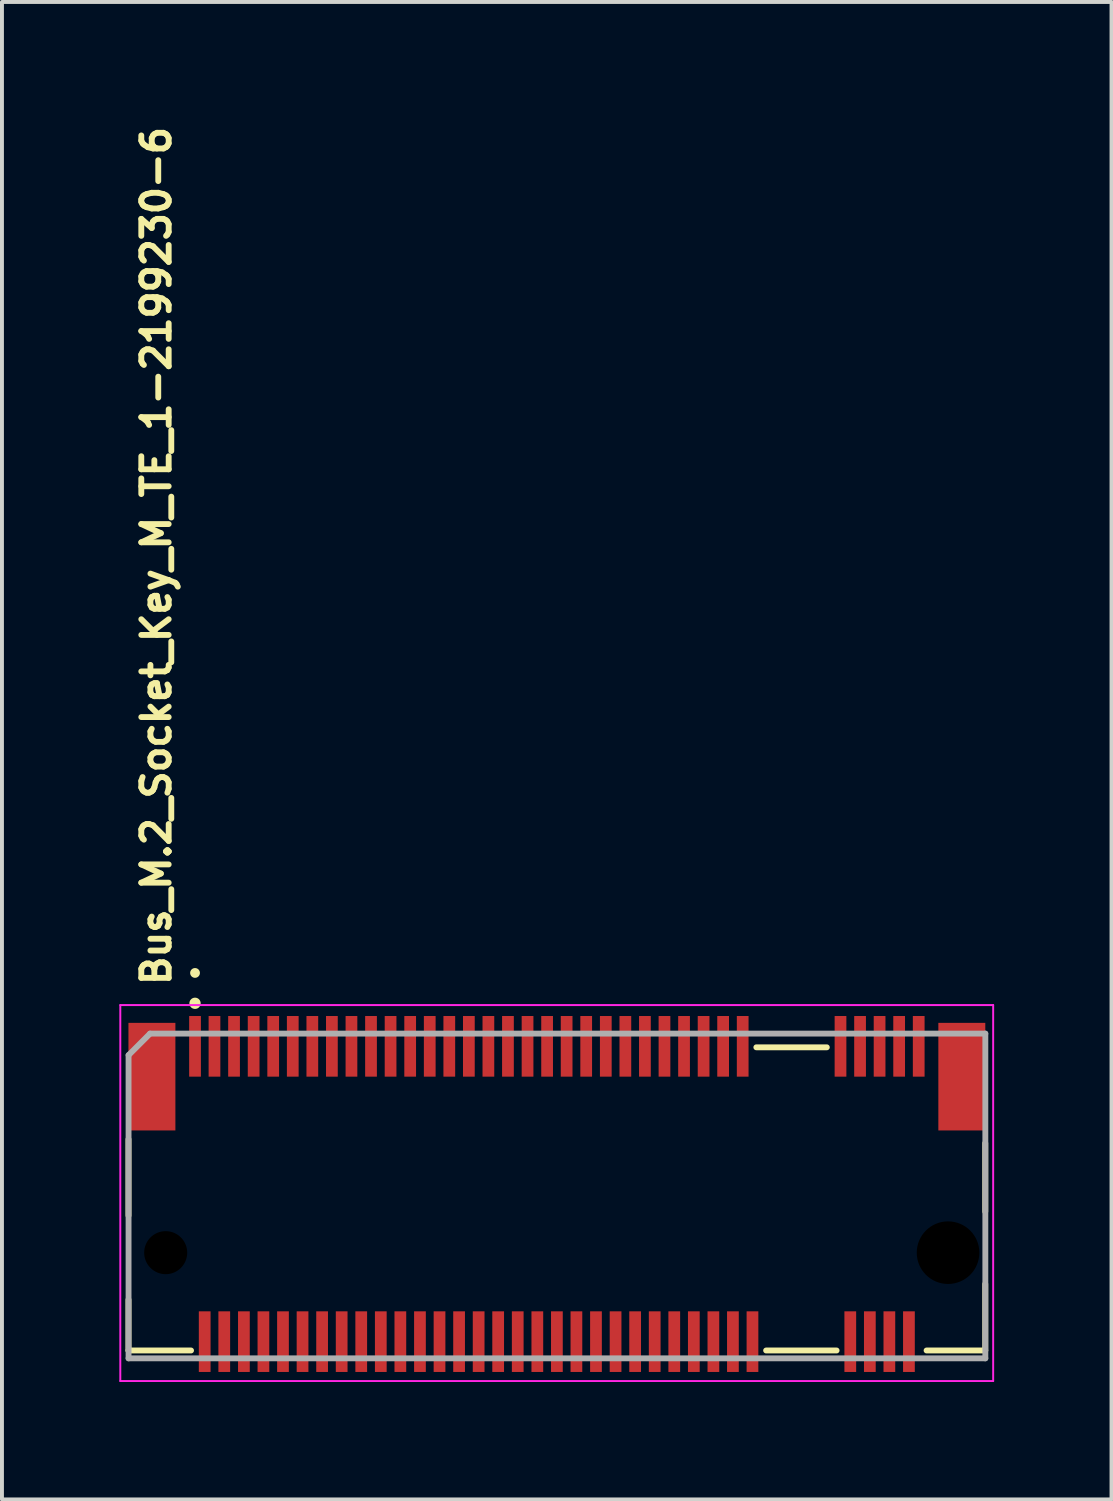
<source format=kicad_pcb>
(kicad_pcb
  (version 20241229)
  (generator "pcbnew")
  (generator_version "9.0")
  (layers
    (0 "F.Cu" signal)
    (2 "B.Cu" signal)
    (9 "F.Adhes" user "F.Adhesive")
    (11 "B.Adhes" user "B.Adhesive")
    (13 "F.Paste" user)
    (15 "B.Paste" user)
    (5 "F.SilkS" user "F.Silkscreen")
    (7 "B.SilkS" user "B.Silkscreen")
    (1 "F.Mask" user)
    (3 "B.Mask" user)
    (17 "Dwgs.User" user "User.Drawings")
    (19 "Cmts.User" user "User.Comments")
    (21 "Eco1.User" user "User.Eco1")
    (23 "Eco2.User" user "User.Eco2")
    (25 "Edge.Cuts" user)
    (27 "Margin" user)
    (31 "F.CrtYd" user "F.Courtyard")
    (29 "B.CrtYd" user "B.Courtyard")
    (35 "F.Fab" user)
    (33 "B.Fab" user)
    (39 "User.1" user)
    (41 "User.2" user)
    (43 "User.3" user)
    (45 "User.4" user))
  (footprint "Bus_M.2_Socket_Key_M_TE_1-2199230-6"
    (layer "F.Cu")
    (at 11.185 27.469)
    (property "Reference" "Bus_M.2_Socket_Key_M_TE_1-2199230-6" (at -10.649 -5.259 90) (layer "F.SilkS") (effects (font (size 0.7 0.7) (thickness 0.15)) (justify left top)))
    (attr smd)
    (fp_line (start -10.951 0.55) (end -10.951 -1.401) (stroke (width 0.15) (type solid)) (layer "F.SilkS"))
    (fp_line (start -10.951 3.999) (end -10.951 2.7) (stroke (width 0.15) (type solid)) (layer "F.SilkS"))
    (fp_line (start -9.352 3.999) (end -10.951 3.999) (stroke (width 0.15) (type solid)) (layer "F.SilkS"))
    (fp_line (start 6.898 -3.75) (end 5.097 -3.75) (stroke (width 0.15) (type solid)) (layer "F.SilkS"))
    (fp_line (start 7.148 3.999) (end 5.347 3.999) (stroke (width 0.15) (type solid)) (layer "F.SilkS"))
    (fp_line (start 10.948 -1.301) (end 10.948 0.449) (stroke (width 0.15) (type solid)) (layer "F.SilkS"))
    (fp_line (start 10.948 2.3) (end 10.948 3.999) (stroke (width 0.15) (type solid)) (layer "F.SilkS"))
    (fp_line (start 10.948 3.999) (end 9.448 3.999) (stroke (width 0.15) (type solid)) (layer "F.SilkS"))
    (fp_circle (center -9.25 -5.651) (end -9.2 -5.651) (stroke (width 0.15) (type solid)) (fill yes) (layer "F.SilkS"))
    (fp_circle (center -9.25 -4.875) (end -9.201 -4.826) (stroke (width 0.15) (type solid)) (fill yes) (layer "F.SilkS"))
    (fp_line (start -11.16 -4.83) (end 11.15 -4.83) (stroke (width 0.05) (type solid)) (layer "F.CrtYd"))
    (fp_line (start -11.16 4.78) (end -11.16 -4.83) (stroke (width 0.05) (type solid)) (layer "F.CrtYd"))
    (fp_line (start 11.15 -4.83) (end 11.15 4.78) (stroke (width 0.05) (type solid)) (layer "F.CrtYd"))
    (fp_line (start 11.15 4.78) (end -11.16 4.78) (stroke (width 0.05) (type solid)) (layer "F.CrtYd"))
    (fp_line (start -10.949 -3.55) (end -10.949 4.2) (stroke (width 0.15) (type solid)) (layer "F.Fab"))
    (fp_line (start -10.949 4.2) (end 10.95 4.2) (stroke (width 0.15) (type solid)) (layer "F.Fab"))
    (fp_line (start -10.4 -4.1) (end -10.949 -3.55) (stroke (width 0.15) (type solid)) (layer "F.Fab"))
    (fp_line (start 10.95 -4.1) (end -10.4 -4.1) (stroke (width 0.15) (type solid)) (layer "F.Fab"))
    (fp_line (start 10.95 4.2) (end 10.95 -4.1) (stroke (width 0.15) (type solid)) (layer "F.Fab"))
    (fp_rect (start 10.948 4.349) (end -10.951 -4.351) (stroke (width 0.1) (type solid)) (fill no) (layer "User.5"))
    (fp_rect (start 10.948 4.349) (end -10.951 -4.351) (stroke (width 0.1) (type solid)) (fill no) (layer "User.5"))
    (fp_line (start -10.951 1.749) (end -10.951 -3.75) (stroke (width 0.02) (type solid)) (layer "User.9"))
    (fp_line (start -10.951 1.749) (end -10.951 2.182) (stroke (width 0.02) (type solid)) (layer "User.9"))
    (fp_line (start -10.951 2.182) (end -10.951 2.182) (stroke (width 0.02) (type solid)) (layer "User.9"))
    (fp_line (start -10.951 2.182) (end -10.951 2.371) (stroke (width 0.02) (type solid)) (layer "User.9"))
    (fp_line (start -10.951 2.371) (end -10.951 2.371) (stroke (width 0.02) (type solid)) (layer "User.9"))
    (fp_line (start -10.951 2.371) (end -10.951 2.456) (stroke (width 0.02) (type solid)) (layer "User.9"))
    (fp_line (start -10.951 2.456) (end -10.951 2.456) (stroke (width 0.02) (type solid)) (layer "User.9"))
    (fp_line (start -10.951 2.456) (end -10.951 2.53) (stroke (width 0.02) (type solid)) (layer "User.9"))
    (fp_line (start -10.951 2.53) (end -10.951 2.53) (stroke (width 0.02) (type solid)) (layer "User.9"))
    (fp_line (start -10.951 2.53) (end -10.951 2.596) (stroke (width 0.02) (type solid)) (layer "User.9"))
    (fp_line (start -10.951 2.596) (end -10.951 2.596) (stroke (width 0.02) (type solid)) (layer "User.9"))
    (fp_line (start -10.951 2.596) (end -10.951 2.648) (stroke (width 0.02) (type solid)) (layer "User.9"))
    (fp_line (start -10.951 2.648) (end -10.951 2.648) (stroke (width 0.02) (type solid)) (layer "User.9"))
    (fp_line (start -10.951 2.648) (end -10.951 2.692) (stroke (width 0.02) (type solid)) (layer "User.9"))
    (fp_line (start -10.951 2.692) (end -10.951 2.692) (stroke (width 0.02) (type solid)) (layer "User.9"))
    (fp_line (start -10.951 2.692) (end -10.951 2.724) (stroke (width 0.02) (type solid)) (layer "User.9"))
    (fp_line (start -10.951 2.724) (end -10.951 2.724) (stroke (width 0.02) (type solid)) (layer "User.9"))
    (fp_line (start -10.951 2.724) (end -10.951 2.741) (stroke (width 0.02) (type solid)) (layer "User.9"))
    (fp_line (start -10.951 2.741) (end -10.951 2.741) (stroke (width 0.02) (type solid)) (layer "User.9"))
    (fp_line (start -10.951 2.741) (end -10.951 2.749) (stroke (width 0.02) (type solid)) (layer "User.9"))
    (fp_line (start -10.576 2.749) (end -10.951 2.749) (stroke (width 0.02) (type solid)) (layer "User.9"))
    (fp_line (start -10.576 2.749) (end -9.5 2.749) (stroke (width 0.02) (type solid)) (layer "User.9"))
    (fp_line (start -10.551 2.748) (end -10.576 2.749) (stroke (width 0.02) (type solid)) (layer "User.9"))
    (fp_line (start -10.526 2.746) (end -10.551 2.748) (stroke (width 0.02) (type solid)) (layer "User.9"))
    (fp_line (start -10.503 2.742) (end -10.526 2.746) (stroke (width 0.02) (type solid)) (layer "User.9"))
    (fp_line (start -10.478 2.74) (end -10.503 2.742) (stroke (width 0.02) (type solid)) (layer "User.9"))
    (fp_line (start -10.455 2.733) (end -10.478 2.74) (stroke (width 0.02) (type solid)) (layer "User.9"))
    (fp_line (start -10.43 2.726) (end -10.455 2.733) (stroke (width 0.02) (type solid)) (layer "User.9"))
    (fp_line (start -10.408 2.718) (end -10.43 2.726) (stroke (width 0.02) (type solid)) (layer "User.9"))
    (fp_line (start -10.385 2.709) (end -10.408 2.718) (stroke (width 0.02) (type solid)) (layer "User.9"))
    (fp_line (start -10.363 2.701) (end -10.385 2.709) (stroke (width 0.02) (type solid)) (layer "User.9"))
    (fp_line (start -10.342 2.69) (end -10.363 2.701) (stroke (width 0.02) (type solid)) (layer "User.9"))
    (fp_line (start -10.32 2.677) (end -10.342 2.69) (stroke (width 0.02) (type solid)) (layer "User.9"))
    (fp_line (start -10.299 2.664) (end -10.32 2.677) (stroke (width 0.02) (type solid)) (layer "User.9"))
    (fp_line (start -10.279 2.651) (end -10.299 2.664) (stroke (width 0.02) (type solid)) (layer "User.9"))
    (fp_line (start -10.26 2.636) (end -10.279 2.651) (stroke (width 0.02) (type solid)) (layer "User.9"))
    (fp_line (start -10.24 2.62) (end -10.26 2.636) (stroke (width 0.02) (type solid)) (layer "User.9"))
    (fp_line (start -10.222 2.601) (end -10.24 2.62) (stroke (width 0.02) (type solid)) (layer "User.9"))
    (fp_line (start -10.222 2.601) (end -10.222 2.601) (stroke (width 0.02) (type solid)) (layer "User.9"))
    (fp_line (start -10.206 2.584) (end -10.222 2.601) (stroke (width 0.02) (type solid)) (layer "User.9"))
    (fp_line (start -10.19 2.565) (end -10.206 2.584) (stroke (width 0.02) (type solid)) (layer "User.9"))
    (fp_line (start -10.176 2.546) (end -10.19 2.565) (stroke (width 0.02) (type solid)) (layer "User.9"))
    (fp_line (start -10.161 2.527) (end -10.176 2.546) (stroke (width 0.02) (type solid)) (layer "User.9"))
    (fp_line (start -10.147 2.504) (end -10.161 2.527) (stroke (width 0.02) (type solid)) (layer "User.9"))
    (fp_line (start -10.135 2.483) (end -10.147 2.504) (stroke (width 0.02) (type solid)) (layer "User.9"))
    (fp_line (start -10.123 2.463) (end -10.135 2.483) (stroke (width 0.02) (type solid)) (layer "User.9"))
    (fp_line (start -10.115 2.44) (end -10.123 2.463) (stroke (width 0.02) (type solid)) (layer "User.9"))
    (fp_line (start -10.106 2.418) (end -10.115 2.44) (stroke (width 0.02) (type solid)) (layer "User.9"))
    (fp_line (start -10.097 2.394) (end -10.106 2.418) (stroke (width 0.02) (type solid)) (layer "User.9"))
    (fp_line (start -10.092 2.37) (end -10.097 2.394) (stroke (width 0.02) (type solid)) (layer "User.9"))
    (fp_line (start -10.086 2.347) (end -10.092 2.37) (stroke (width 0.02) (type solid)) (layer "User.9"))
    (fp_line (start -10.083 2.322) (end -10.086 2.347) (stroke (width 0.02) (type solid)) (layer "User.9"))
    (fp_line (start -10.08 2.297) (end -10.083 2.322) (stroke (width 0.02) (type solid)) (layer "User.9"))
    (fp_line (start -10.077 1.749) (end -10.077 2.101) (stroke (width 0.02) (type solid)) (layer "User.9"))
    (fp_line (start -10.077 2.101) (end -10.077 2.101) (stroke (width 0.02) (type solid)) (layer "User.9"))
    (fp_line (start -10.077 2.101) (end -10.077 2.249) (stroke (width 0.02) (type solid)) (layer "User.9"))
    (fp_line (start -10.077 2.249) (end -10.077 2.273) (stroke (width 0.02) (type solid)) (layer "User.9"))
    (fp_line (start -10.077 2.273) (end -10.08 2.297) (stroke (width 0.02) (type solid)) (layer "User.9"))
    (fp_line (start -9.551 -3.222) (end -9.25 -3.741) (stroke (width 0.02) (type solid)) (layer "User.9"))
    (fp_line (start -9.5 3.999) (end -9.5 1.749) (stroke (width 0.02) (type solid)) (layer "User.9"))
    (fp_line (start -9.326 -3.851) (end -9.326 -4.351) (stroke (width 0.02) (type solid)) (layer "User.9"))
    (fp_line (start -9.326 -3.75) (end -9.326 -3.851) (stroke (width 0.02) (type solid)) (layer "User.9"))
    (fp_line (start -9.25 -3.741) (end -8.952 -3.222) (stroke (width 0.02) (type solid)) (layer "User.9"))
    (fp_line (start -9.177 -4.351) (end -9.326 -4.351) (stroke (width 0.02) (type solid)) (layer "User.9"))
    (fp_line (start -9.177 -3.851) (end -9.177 -4.351) (stroke (width 0.02) (type solid)) (layer "User.9"))
    (fp_line (start -9.177 -3.75) (end -9.177 -3.851) (stroke (width 0.02) (type solid)) (layer "User.9"))
    (fp_line (start -9.076 1.796) (end -9.076 1.749) (stroke (width 0.02) (type solid)) (layer "User.9"))
    (fp_line (start -9.076 1.796) (end -9.076 1.902) (stroke (width 0.02) (type solid)) (layer "User.9"))
    (fp_line (start -9.076 1.979) (end -9.096 2.249) (stroke (width 0.02) (type solid)) (layer "User.9"))
    (fp_line (start -9.076 1.979) (end -9.076 1.902) (stroke (width 0.02) (type solid)) (layer "User.9"))
    (fp_line (start -9.076 4.349) (end -9.076 3.999) (stroke (width 0.02) (type solid)) (layer "User.9"))
    (fp_line (start -8.952 -3.222) (end -9.551 -3.222) (stroke (width 0.02) (type solid)) (layer "User.9"))
    (fp_line (start -8.926 1.796) (end -8.926 1.749) (stroke (width 0.02) (type solid)) (layer "User.9"))
    (fp_line (start -8.926 1.796) (end -8.926 1.902) (stroke (width 0.02) (type solid)) (layer "User.9"))
    (fp_line (start -8.926 1.979) (end -8.926 1.902) (stroke (width 0.02) (type solid)) (layer "User.9"))
    (fp_line (start -8.926 1.979) (end -8.907 2.249) (stroke (width 0.02) (type solid)) (layer "User.9"))
    (fp_line (start -8.926 4.349) (end -9.076 4.349) (stroke (width 0.02) (type solid)) (layer "User.9"))
    (fp_line (start -8.926 4.349) (end -8.926 3.999) (stroke (width 0.02) (type solid)) (layer "User.9"))
    (fp_line (start -8.907 2.249) (end -9.096 2.249) (stroke (width 0.02) (type solid)) (layer "User.9"))
    (fp_line (start -8.827 -3.851) (end -8.827 -4.351) (stroke (width 0.02) (type solid)) (layer "User.9"))
    (fp_line (start -8.827 -3.75) (end -8.827 -3.851) (stroke (width 0.02) (type solid)) (layer "User.9"))
    (fp_line (start -8.676 -4.351) (end -8.827 -4.351) (stroke (width 0.02) (type solid)) (layer "User.9"))
    (fp_line (start -8.676 -3.851) (end -8.676 -4.351) (stroke (width 0.02) (type solid)) (layer "User.9"))
    (fp_line (start -8.676 -3.75) (end -8.676 -3.851) (stroke (width 0.02) (type solid)) (layer "User.9"))
    (fp_line (start -8.576 1.796) (end -8.576 1.749) (stroke (width 0.02) (type solid)) (layer "User.9"))
    (fp_line (start -8.576 1.796) (end -8.576 1.902) (stroke (width 0.02) (type solid)) (layer "User.9"))
    (fp_line (start -8.576 1.979) (end -8.594 2.249) (stroke (width 0.02) (type solid)) (layer "User.9"))
    (fp_line (start -8.576 1.979) (end -8.576 1.902) (stroke (width 0.02) (type solid)) (layer "User.9"))
    (fp_line (start -8.576 4.349) (end -8.576 3.999) (stroke (width 0.02) (type solid)) (layer "User.9"))
    (fp_line (start -8.426 1.796) (end -8.426 1.749) (stroke (width 0.02) (type solid)) (layer "User.9"))
    (fp_line (start -8.426 1.796) (end -8.426 1.902) (stroke (width 0.02) (type solid)) (layer "User.9"))
    (fp_line (start -8.426 1.979) (end -8.426 1.902) (stroke (width 0.02) (type solid)) (layer "User.9"))
    (fp_line (start -8.426 1.979) (end -8.408 2.249) (stroke (width 0.02) (type solid)) (layer "User.9"))
    (fp_line (start -8.426 4.349) (end -8.576 4.349) (stroke (width 0.02) (type solid)) (layer "User.9"))
    (fp_line (start -8.426 4.349) (end -8.426 3.999) (stroke (width 0.02) (type solid)) (layer "User.9"))
    (fp_line (start -8.408 2.249) (end -8.594 2.249) (stroke (width 0.02) (type solid)) (layer "User.9"))
    (fp_line (start -8.325 -3.851) (end -8.325 -4.351) (stroke (width 0.02) (type solid)) (layer "User.9"))
    (fp_line (start -8.325 -3.75) (end -8.325 -3.851) (stroke (width 0.02) (type solid)) (layer "User.9"))
    (fp_line (start -8.176 -4.351) (end -8.325 -4.351) (stroke (width 0.02) (type solid)) (layer "User.9"))
    (fp_line (start -8.176 -3.851) (end -8.176 -4.351) (stroke (width 0.02) (type solid)) (layer "User.9"))
    (fp_line (start -8.176 -3.75) (end -8.176 -3.851) (stroke (width 0.02) (type solid)) (layer "User.9"))
    (fp_line (start -8.075 1.796) (end -8.075 1.749) (stroke (width 0.02) (type solid)) (layer "User.9"))
    (fp_line (start -8.075 1.796) (end -8.075 1.902) (stroke (width 0.02) (type solid)) (layer "User.9"))
    (fp_line (start -8.075 1.979) (end -8.096 2.249) (stroke (width 0.02) (type solid)) (layer "User.9"))
    (fp_line (start -8.075 1.979) (end -8.075 1.902) (stroke (width 0.02) (type solid)) (layer "User.9"))
    (fp_line (start -8.075 4.349) (end -8.075 3.999) (stroke (width 0.02) (type solid)) (layer "User.9"))
    (fp_line (start -7.926 1.796) (end -7.926 1.749) (stroke (width 0.02) (type solid)) (layer "User.9"))
    (fp_line (start -7.926 1.796) (end -7.926 1.902) (stroke (width 0.02) (type solid)) (layer "User.9"))
    (fp_line (start -7.926 1.979) (end -7.926 1.902) (stroke (width 0.02) (type solid)) (layer "User.9"))
    (fp_line (start -7.926 1.979) (end -7.909 2.249) (stroke (width 0.02) (type solid)) (layer "User.9"))
    (fp_line (start -7.926 4.349) (end -8.075 4.349) (stroke (width 0.02) (type solid)) (layer "User.9"))
    (fp_line (start -7.926 4.349) (end -7.926 3.999) (stroke (width 0.02) (type solid)) (layer "User.9"))
    (fp_line (start -7.909 2.249) (end -8.096 2.249) (stroke (width 0.02) (type solid)) (layer "User.9"))
    (fp_line (start -7.827 -3.851) (end -7.827 -4.351) (stroke (width 0.02) (type solid)) (layer "User.9"))
    (fp_line (start -7.827 -3.75) (end -7.827 -3.851) (stroke (width 0.02) (type solid)) (layer "User.9"))
    (fp_line (start -7.676 -4.351) (end -7.827 -4.351) (stroke (width 0.02) (type solid)) (layer "User.9"))
    (fp_line (start -7.676 -3.851) (end -7.676 -4.351) (stroke (width 0.02) (type solid)) (layer "User.9"))
    (fp_line (start -7.676 -3.75) (end -7.676 -3.851) (stroke (width 0.02) (type solid)) (layer "User.9"))
    (fp_line (start -7.577 1.796) (end -7.577 1.749) (stroke (width 0.02) (type solid)) (layer "User.9"))
    (fp_line (start -7.577 1.796) (end -7.577 1.902) (stroke (width 0.02) (type solid)) (layer "User.9"))
    (fp_line (start -7.577 1.979) (end -7.595 2.249) (stroke (width 0.02) (type solid)) (layer "User.9"))
    (fp_line (start -7.577 1.979) (end -7.577 1.902) (stroke (width 0.02) (type solid)) (layer "User.9"))
    (fp_line (start -7.577 4.349) (end -7.577 3.999) (stroke (width 0.02) (type solid)) (layer "User.9"))
    (fp_line (start -7.427 1.796) (end -7.427 1.749) (stroke (width 0.02) (type solid)) (layer "User.9"))
    (fp_line (start -7.427 1.796) (end -7.427 1.902) (stroke (width 0.02) (type solid)) (layer "User.9"))
    (fp_line (start -7.427 1.979) (end -7.427 1.902) (stroke (width 0.02) (type solid)) (layer "User.9"))
    (fp_line (start -7.427 1.979) (end -7.409 2.249) (stroke (width 0.02) (type solid)) (layer "User.9"))
    (fp_line (start -7.427 4.349) (end -7.577 4.349) (stroke (width 0.02) (type solid)) (layer "User.9"))
    (fp_line (start -7.427 4.349) (end -7.427 3.999) (stroke (width 0.02) (type solid)) (layer "User.9"))
    (fp_line (start -7.409 2.249) (end -7.595 2.249) (stroke (width 0.02) (type solid)) (layer "User.9"))
    (fp_line (start -7.327 -3.851) (end -7.327 -4.351) (stroke (width 0.02) (type solid)) (layer "User.9"))
    (fp_line (start -7.327 -3.75) (end -7.327 -3.851) (stroke (width 0.02) (type solid)) (layer "User.9"))
    (fp_line (start -7.175 -4.351) (end -7.327 -4.351) (stroke (width 0.02) (type solid)) (layer "User.9"))
    (fp_line (start -7.175 -3.851) (end -7.175 -4.351) (stroke (width 0.02) (type solid)) (layer "User.9"))
    (fp_line (start -7.175 -3.75) (end -7.175 -3.851) (stroke (width 0.02) (type solid)) (layer "User.9"))
    (fp_line (start -7.077 1.796) (end -7.077 1.749) (stroke (width 0.02) (type solid)) (layer "User.9"))
    (fp_line (start -7.077 1.796) (end -7.077 1.902) (stroke (width 0.02) (type solid)) (layer "User.9"))
    (fp_line (start -7.077 1.979) (end -7.095 2.249) (stroke (width 0.02) (type solid)) (layer "User.9"))
    (fp_line (start -7.077 1.979) (end -7.077 1.902) (stroke (width 0.02) (type solid)) (layer "User.9"))
    (fp_line (start -7.077 4.349) (end -7.077 3.999) (stroke (width 0.02) (type solid)) (layer "User.9"))
    (fp_line (start -6.925 1.796) (end -6.925 1.749) (stroke (width 0.02) (type solid)) (layer "User.9"))
    (fp_line (start -6.925 1.796) (end -6.925 1.902) (stroke (width 0.02) (type solid)) (layer "User.9"))
    (fp_line (start -6.925 1.979) (end -6.925 1.902) (stroke (width 0.02) (type solid)) (layer "User.9"))
    (fp_line (start -6.925 1.979) (end -6.909 2.249) (stroke (width 0.02) (type solid)) (layer "User.9"))
    (fp_line (start -6.925 4.349) (end -7.077 4.349) (stroke (width 0.02) (type solid)) (layer "User.9"))
    (fp_line (start -6.925 4.349) (end -6.925 3.999) (stroke (width 0.02) (type solid)) (layer "User.9"))
    (fp_line (start -6.909 2.249) (end -7.095 2.249) (stroke (width 0.02) (type solid)) (layer "User.9"))
    (fp_line (start -6.827 -3.851) (end -6.827 -4.351) (stroke (width 0.02) (type solid)) (layer "User.9"))
    (fp_line (start -6.827 -3.75) (end -6.827 -3.851) (stroke (width 0.02) (type solid)) (layer "User.9"))
    (fp_line (start -6.675 -4.351) (end -6.827 -4.351) (stroke (width 0.02) (type solid)) (layer "User.9"))
    (fp_line (start -6.675 -3.851) (end -6.675 -4.351) (stroke (width 0.02) (type solid)) (layer "User.9"))
    (fp_line (start -6.675 -3.75) (end -6.675 -3.851) (stroke (width 0.02) (type solid)) (layer "User.9"))
    (fp_line (start -6.577 1.796) (end -6.577 1.749) (stroke (width 0.02) (type solid)) (layer "User.9"))
    (fp_line (start -6.577 1.796) (end -6.577 1.902) (stroke (width 0.02) (type solid)) (layer "User.9"))
    (fp_line (start -6.577 1.979) (end -6.595 2.249) (stroke (width 0.02) (type solid)) (layer "User.9"))
    (fp_line (start -6.577 1.979) (end -6.577 1.902) (stroke (width 0.02) (type solid)) (layer "User.9"))
    (fp_line (start -6.577 4.349) (end -6.577 3.999) (stroke (width 0.02) (type solid)) (layer "User.9"))
    (fp_line (start -6.425 1.796) (end -6.425 1.749) (stroke (width 0.02) (type solid)) (layer "User.9"))
    (fp_line (start -6.425 1.796) (end -6.425 1.902) (stroke (width 0.02) (type solid)) (layer "User.9"))
    (fp_line (start -6.425 1.979) (end -6.425 1.902) (stroke (width 0.02) (type solid)) (layer "User.9"))
    (fp_line (start -6.425 1.979) (end -6.409 2.249) (stroke (width 0.02) (type solid)) (layer "User.9"))
    (fp_line (start -6.425 4.349) (end -6.577 4.349) (stroke (width 0.02) (type solid)) (layer "User.9"))
    (fp_line (start -6.425 4.349) (end -6.425 3.999) (stroke (width 0.02) (type solid)) (layer "User.9"))
    (fp_line (start -6.409 2.249) (end -6.595 2.249) (stroke (width 0.02) (type solid)) (layer "User.9"))
    (fp_line (start -6.327 -3.851) (end -6.327 -4.351) (stroke (width 0.02) (type solid)) (layer "User.9"))
    (fp_line (start -6.327 -3.75) (end -6.327 -3.851) (stroke (width 0.02) (type solid)) (layer "User.9"))
    (fp_line (start -6.175 -4.351) (end -6.327 -4.351) (stroke (width 0.02) (type solid)) (layer "User.9"))
    (fp_line (start -6.175 -3.851) (end -6.175 -4.351) (stroke (width 0.02) (type solid)) (layer "User.9"))
    (fp_line (start -6.175 -3.75) (end -6.175 -3.851) (stroke (width 0.02) (type solid)) (layer "User.9"))
    (fp_line (start -6.077 1.796) (end -6.077 1.749) (stroke (width 0.02) (type solid)) (layer "User.9"))
    (fp_line (start -6.077 1.796) (end -6.077 1.902) (stroke (width 0.02) (type solid)) (layer "User.9"))
    (fp_line (start -6.077 1.979) (end -6.095 2.249) (stroke (width 0.02) (type solid)) (layer "User.9"))
    (fp_line (start -6.077 1.979) (end -6.077 1.902) (stroke (width 0.02) (type solid)) (layer "User.9"))
    (fp_line (start -6.077 4.349) (end -6.077 3.999) (stroke (width 0.02) (type solid)) (layer "User.9"))
    (fp_line (start -5.925 1.796) (end -5.925 1.749) (stroke (width 0.02) (type solid)) (layer "User.9"))
    (fp_line (start -5.925 1.796) (end -5.925 1.902) (stroke (width 0.02) (type solid)) (layer "User.9"))
    (fp_line (start -5.925 1.979) (end -5.925 1.902) (stroke (width 0.02) (type solid)) (layer "User.9"))
    (fp_line (start -5.925 1.979) (end -5.909 2.249) (stroke (width 0.02) (type solid)) (layer "User.9"))
    (fp_line (start -5.925 4.349) (end -6.077 4.349) (stroke (width 0.02) (type solid)) (layer "User.9"))
    (fp_line (start -5.925 4.349) (end -5.925 3.999) (stroke (width 0.02) (type solid)) (layer "User.9"))
    (fp_line (start -5.909 2.249) (end -6.095 2.249) (stroke (width 0.02) (type solid)) (layer "User.9"))
    (fp_line (start -5.827 -3.851) (end -5.827 -4.351) (stroke (width 0.02) (type solid)) (layer "User.9"))
    (fp_line (start -5.827 -3.75) (end -5.827 -3.851) (stroke (width 0.02) (type solid)) (layer "User.9"))
    (fp_line (start -5.675 -4.351) (end -5.827 -4.351) (stroke (width 0.02) (type solid)) (layer "User.9"))
    (fp_line (start -5.675 -3.851) (end -5.675 -4.351) (stroke (width 0.02) (type solid)) (layer "User.9"))
    (fp_line (start -5.675 -3.75) (end -5.675 -3.851) (stroke (width 0.02) (type solid)) (layer "User.9"))
    (fp_line (start -5.577 1.796) (end -5.577 1.749) (stroke (width 0.02) (type solid)) (layer "User.9"))
    (fp_line (start -5.577 1.796) (end -5.577 1.902) (stroke (width 0.02) (type solid)) (layer "User.9"))
    (fp_line (start -5.577 1.979) (end -5.595 2.249) (stroke (width 0.02) (type solid)) (layer "User.9"))
    (fp_line (start -5.577 1.979) (end -5.577 1.902) (stroke (width 0.02) (type solid)) (layer "User.9"))
    (fp_line (start -5.577 4.349) (end -5.577 3.999) (stroke (width 0.02) (type solid)) (layer "User.9"))
    (fp_line (start -5.425 1.796) (end -5.425 1.749) (stroke (width 0.02) (type solid)) (layer "User.9"))
    (fp_line (start -5.425 1.796) (end -5.425 1.902) (stroke (width 0.02) (type solid)) (layer "User.9"))
    (fp_line (start -5.425 1.979) (end -5.425 1.902) (stroke (width 0.02) (type solid)) (layer "User.9"))
    (fp_line (start -5.425 1.979) (end -5.409 2.249) (stroke (width 0.02) (type solid)) (layer "User.9"))
    (fp_line (start -5.425 4.349) (end -5.577 4.349) (stroke (width 0.02) (type solid)) (layer "User.9"))
    (fp_line (start -5.425 4.349) (end -5.425 3.999) (stroke (width 0.02) (type solid)) (layer "User.9"))
    (fp_line (start -5.409 2.249) (end -5.595 2.249) (stroke (width 0.02) (type solid)) (layer "User.9"))
    (fp_line (start -5.327 -3.851) (end -5.327 -4.351) (stroke (width 0.02) (type solid)) (layer "User.9"))
    (fp_line (start -5.327 -3.75) (end -5.327 -3.851) (stroke (width 0.02) (type solid)) (layer "User.9"))
    (fp_line (start -5.175 -4.351) (end -5.327 -4.351) (stroke (width 0.02) (type solid)) (layer "User.9"))
    (fp_line (start -5.175 -3.851) (end -5.175 -4.351) (stroke (width 0.02) (type solid)) (layer "User.9"))
    (fp_line (start -5.175 -3.75) (end -5.175 -3.851) (stroke (width 0.02) (type solid)) (layer "User.9"))
    (fp_line (start -5.077 1.796) (end -5.077 1.749) (stroke (width 0.02) (type solid)) (layer "User.9"))
    (fp_line (start -5.077 1.796) (end -5.077 1.902) (stroke (width 0.02) (type solid)) (layer "User.9"))
    (fp_line (start -5.077 1.979) (end -5.095 2.249) (stroke (width 0.02) (type solid)) (layer "User.9"))
    (fp_line (start -5.077 1.979) (end -5.077 1.902) (stroke (width 0.02) (type solid)) (layer "User.9"))
    (fp_line (start -5.077 4.349) (end -5.077 3.999) (stroke (width 0.02) (type solid)) (layer "User.9"))
    (fp_line (start -4.925 1.796) (end -4.925 1.749) (stroke (width 0.02) (type solid)) (layer "User.9"))
    (fp_line (start -4.925 1.796) (end -4.925 1.902) (stroke (width 0.02) (type solid)) (layer "User.9"))
    (fp_line (start -4.925 1.979) (end -4.925 1.902) (stroke (width 0.02) (type solid)) (layer "User.9"))
    (fp_line (start -4.925 1.979) (end -4.909 2.249) (stroke (width 0.02) (type solid)) (layer "User.9"))
    (fp_line (start -4.925 4.349) (end -5.077 4.349) (stroke (width 0.02) (type solid)) (layer "User.9"))
    (fp_line (start -4.925 4.349) (end -4.925 3.999) (stroke (width 0.02) (type solid)) (layer "User.9"))
    (fp_line (start -4.909 2.249) (end -5.095 2.249) (stroke (width 0.02) (type solid)) (layer "User.9"))
    (fp_line (start -4.827 -3.851) (end -4.827 -4.351) (stroke (width 0.02) (type solid)) (layer "User.9"))
    (fp_line (start -4.827 -3.75) (end -4.827 -3.851) (stroke (width 0.02) (type solid)) (layer "User.9"))
    (fp_line (start -4.675 -4.351) (end -4.827 -4.351) (stroke (width 0.02) (type solid)) (layer "User.9"))
    (fp_line (start -4.675 -3.851) (end -4.675 -4.351) (stroke (width 0.02) (type solid)) (layer "User.9"))
    (fp_line (start -4.675 -3.75) (end -4.675 -3.851) (stroke (width 0.02) (type solid)) (layer "User.9"))
    (fp_line (start -4.577 1.796) (end -4.577 1.749) (stroke (width 0.02) (type solid)) (layer "User.9"))
    (fp_line (start -4.577 1.796) (end -4.577 1.902) (stroke (width 0.02) (type solid)) (layer "User.9"))
    (fp_line (start -4.577 1.979) (end -4.595 2.249) (stroke (width 0.02) (type solid)) (layer "User.9"))
    (fp_line (start -4.577 1.979) (end -4.577 1.902) (stroke (width 0.02) (type solid)) (layer "User.9"))
    (fp_line (start -4.577 4.349) (end -4.577 3.999) (stroke (width 0.02) (type solid)) (layer "User.9"))
    (fp_line (start -4.425 1.796) (end -4.425 1.749) (stroke (width 0.02) (type solid)) (layer "User.9"))
    (fp_line (start -4.425 1.796) (end -4.425 1.902) (stroke (width 0.02) (type solid)) (layer "User.9"))
    (fp_line (start -4.425 1.979) (end -4.425 1.902) (stroke (width 0.02) (type solid)) (layer "User.9"))
    (fp_line (start -4.425 1.979) (end -4.409 2.249) (stroke (width 0.02) (type solid)) (layer "User.9"))
    (fp_line (start -4.425 4.349) (end -4.577 4.349) (stroke (width 0.02) (type solid)) (layer "User.9"))
    (fp_line (start -4.425 4.349) (end -4.425 3.999) (stroke (width 0.02) (type solid)) (layer "User.9"))
    (fp_line (start -4.409 2.249) (end -4.595 2.249) (stroke (width 0.02) (type solid)) (layer "User.9"))
    (fp_line (start -4.327 -3.851) (end -4.327 -4.351) (stroke (width 0.02) (type solid)) (layer "User.9"))
    (fp_line (start -4.327 -3.75) (end -4.327 -3.851) (stroke (width 0.02) (type solid)) (layer "User.9"))
    (fp_line (start -4.175 -4.351) (end -4.327 -4.351) (stroke (width 0.02) (type solid)) (layer "User.9"))
    (fp_line (start -4.175 -3.851) (end -4.175 -4.351) (stroke (width 0.02) (type solid)) (layer "User.9"))
    (fp_line (start -4.175 -3.75) (end -4.175 -3.851) (stroke (width 0.02) (type solid)) (layer "User.9"))
    (fp_line (start -4.077 1.796) (end -4.077 1.749) (stroke (width 0.02) (type solid)) (layer "User.9"))
    (fp_line (start -4.077 1.796) (end -4.077 1.902) (stroke (width 0.02) (type solid)) (layer "User.9"))
    (fp_line (start -4.077 1.979) (end -4.095 2.249) (stroke (width 0.02) (type solid)) (layer "User.9"))
    (fp_line (start -4.077 1.979) (end -4.077 1.902) (stroke (width 0.02) (type solid)) (layer "User.9"))
    (fp_line (start -4.077 4.349) (end -4.077 3.999) (stroke (width 0.02) (type solid)) (layer "User.9"))
    (fp_line (start -3.926 1.796) (end -3.926 1.749) (stroke (width 0.02) (type solid)) (layer "User.9"))
    (fp_line (start -3.926 1.796) (end -3.926 1.902) (stroke (width 0.02) (type solid)) (layer "User.9"))
    (fp_line (start -3.926 1.979) (end -3.926 1.902) (stroke (width 0.02) (type solid)) (layer "User.9"))
    (fp_line (start -3.926 1.979) (end -3.908 2.249) (stroke (width 0.02) (type solid)) (layer "User.9"))
    (fp_line (start -3.926 4.349) (end -4.077 4.349) (stroke (width 0.02) (type solid)) (layer "User.9"))
    (fp_line (start -3.926 4.349) (end -3.926 3.999) (stroke (width 0.02) (type solid)) (layer "User.9"))
    (fp_line (start -3.908 2.249) (end -4.095 2.249) (stroke (width 0.02) (type solid)) (layer "User.9"))
    (fp_line (start -3.826 -3.851) (end -3.826 -4.351) (stroke (width 0.02) (type solid)) (layer "User.9"))
    (fp_line (start -3.826 -3.75) (end -3.826 -3.851) (stroke (width 0.02) (type solid)) (layer "User.9"))
    (fp_line (start -3.676 -4.351) (end -3.826 -4.351) (stroke (width 0.02) (type solid)) (layer "User.9"))
    (fp_line (start -3.676 -3.851) (end -3.676 -4.351) (stroke (width 0.02) (type solid)) (layer "User.9"))
    (fp_line (start -3.676 -3.75) (end -3.676 -3.851) (stroke (width 0.02) (type solid)) (layer "User.9"))
    (fp_line (start -3.576 1.796) (end -3.576 1.749) (stroke (width 0.02) (type solid)) (layer "User.9"))
    (fp_line (start -3.576 1.796) (end -3.576 1.902) (stroke (width 0.02) (type solid)) (layer "User.9"))
    (fp_line (start -3.576 1.979) (end -3.596 2.249) (stroke (width 0.02) (type solid)) (layer "User.9"))
    (fp_line (start -3.576 1.979) (end -3.576 1.902) (stroke (width 0.02) (type solid)) (layer "User.9"))
    (fp_line (start -3.576 4.349) (end -3.576 3.999) (stroke (width 0.02) (type solid)) (layer "User.9"))
    (fp_line (start -3.426 1.796) (end -3.426 1.749) (stroke (width 0.02) (type solid)) (layer "User.9"))
    (fp_line (start -3.426 1.796) (end -3.426 1.902) (stroke (width 0.02) (type solid)) (layer "User.9"))
    (fp_line (start -3.426 1.979) (end -3.426 1.902) (stroke (width 0.02) (type solid)) (layer "User.9"))
    (fp_line (start -3.426 1.979) (end -3.408 2.249) (stroke (width 0.02) (type solid)) (layer "User.9"))
    (fp_line (start -3.426 4.349) (end -3.576 4.349) (stroke (width 0.02) (type solid)) (layer "User.9"))
    (fp_line (start -3.426 4.349) (end -3.426 3.999) (stroke (width 0.02) (type solid)) (layer "User.9"))
    (fp_line (start -3.408 2.249) (end -3.596 2.249) (stroke (width 0.02) (type solid)) (layer "User.9"))
    (fp_line (start -3.326 -3.851) (end -3.326 -4.351) (stroke (width 0.02) (type solid)) (layer "User.9"))
    (fp_line (start -3.326 -3.75) (end -3.326 -3.851) (stroke (width 0.02) (type solid)) (layer "User.9"))
    (fp_line (start -3.176 -4.351) (end -3.326 -4.351) (stroke (width 0.02) (type solid)) (layer "User.9"))
    (fp_line (start -3.176 -3.851) (end -3.176 -4.351) (stroke (width 0.02) (type solid)) (layer "User.9"))
    (fp_line (start -3.176 -3.75) (end -3.176 -3.851) (stroke (width 0.02) (type solid)) (layer "User.9"))
    (fp_line (start -3.077 1.796) (end -3.077 1.749) (stroke (width 0.02) (type solid)) (layer "User.9"))
    (fp_line (start -3.077 1.796) (end -3.077 1.902) (stroke (width 0.02) (type solid)) (layer "User.9"))
    (fp_line (start -3.077 1.979) (end -3.096 2.249) (stroke (width 0.02) (type solid)) (layer "User.9"))
    (fp_line (start -3.077 1.979) (end -3.077 1.902) (stroke (width 0.02) (type solid)) (layer "User.9"))
    (fp_line (start -3.077 4.349) (end -3.077 3.999) (stroke (width 0.02) (type solid)) (layer "User.9"))
    (fp_line (start -2.926 1.796) (end -2.926 1.749) (stroke (width 0.02) (type solid)) (layer "User.9"))
    (fp_line (start -2.926 1.796) (end -2.926 1.902) (stroke (width 0.02) (type solid)) (layer "User.9"))
    (fp_line (start -2.926 1.979) (end -2.926 1.902) (stroke (width 0.02) (type solid)) (layer "User.9"))
    (fp_line (start -2.926 1.979) (end -2.908 2.249) (stroke (width 0.02) (type solid)) (layer "User.9"))
    (fp_line (start -2.926 4.349) (end -3.077 4.349) (stroke (width 0.02) (type solid)) (layer "User.9"))
    (fp_line (start -2.926 4.349) (end -2.926 3.999) (stroke (width 0.02) (type solid)) (layer "User.9"))
    (fp_line (start -2.908 2.249) (end -3.096 2.249) (stroke (width 0.02) (type solid)) (layer "User.9"))
    (fp_line (start -2.827 -3.851) (end -2.827 -4.351) (stroke (width 0.02) (type solid)) (layer "User.9"))
    (fp_line (start -2.827 -3.75) (end -2.827 -3.851) (stroke (width 0.02) (type solid)) (layer "User.9"))
    (fp_line (start -2.676 -4.351) (end -2.827 -4.351) (stroke (width 0.02) (type solid)) (layer "User.9"))
    (fp_line (start -2.676 -3.851) (end -2.676 -4.351) (stroke (width 0.02) (type solid)) (layer "User.9"))
    (fp_line (start -2.676 -3.75) (end -2.676 -3.851) (stroke (width 0.02) (type solid)) (layer "User.9"))
    (fp_line (start -2.577 1.796) (end -2.577 1.749) (stroke (width 0.02) (type solid)) (layer "User.9"))
    (fp_line (start -2.577 1.796) (end -2.577 1.902) (stroke (width 0.02) (type solid)) (layer "User.9"))
    (fp_line (start -2.577 1.979) (end -2.594 2.249) (stroke (width 0.02) (type solid)) (layer "User.9"))
    (fp_line (start -2.577 1.979) (end -2.577 1.902) (stroke (width 0.02) (type solid)) (layer "User.9"))
    (fp_line (start -2.577 4.349) (end -2.577 3.999) (stroke (width 0.02) (type solid)) (layer "User.9"))
    (fp_line (start -2.426 1.796) (end -2.426 1.749) (stroke (width 0.02) (type solid)) (layer "User.9"))
    (fp_line (start -2.426 1.796) (end -2.426 1.902) (stroke (width 0.02) (type solid)) (layer "User.9"))
    (fp_line (start -2.426 1.979) (end -2.426 1.902) (stroke (width 0.02) (type solid)) (layer "User.9"))
    (fp_line (start -2.426 1.979) (end -2.408 2.249) (stroke (width 0.02) (type solid)) (layer "User.9"))
    (fp_line (start -2.426 4.349) (end -2.577 4.349) (stroke (width 0.02) (type solid)) (layer "User.9"))
    (fp_line (start -2.426 4.349) (end -2.426 3.999) (stroke (width 0.02) (type solid)) (layer "User.9"))
    (fp_line (start -2.408 2.249) (end -2.594 2.249) (stroke (width 0.02) (type solid)) (layer "User.9"))
    (fp_line (start -2.327 -3.851) (end -2.327 -4.351) (stroke (width 0.02) (type solid)) (layer "User.9"))
    (fp_line (start -2.327 -3.75) (end -2.327 -3.851) (stroke (width 0.02) (type solid)) (layer "User.9"))
    (fp_line (start -2.176 -4.351) (end -2.327 -4.351) (stroke (width 0.02) (type solid)) (layer "User.9"))
    (fp_line (start -2.176 -3.851) (end -2.176 -4.351) (stroke (width 0.02) (type solid)) (layer "User.9"))
    (fp_line (start -2.176 -3.75) (end -2.176 -3.851) (stroke (width 0.02) (type solid)) (layer "User.9"))
    (fp_line (start -2.077 1.796) (end -2.077 1.749) (stroke (width 0.02) (type solid)) (layer "User.9"))
    (fp_line (start -2.077 1.796) (end -2.077 1.902) (stroke (width 0.02) (type solid)) (layer "User.9"))
    (fp_line (start -2.077 1.979) (end -2.094 2.249) (stroke (width 0.02) (type solid)) (layer "User.9"))
    (fp_line (start -2.077 1.979) (end -2.077 1.902) (stroke (width 0.02) (type solid)) (layer "User.9"))
    (fp_line (start -2.077 4.349) (end -2.077 3.999) (stroke (width 0.02) (type solid)) (layer "User.9"))
    (fp_line (start -1.926 1.796) (end -1.926 1.749) (stroke (width 0.02) (type solid)) (layer "User.9"))
    (fp_line (start -1.926 1.796) (end -1.926 1.902) (stroke (width 0.02) (type solid)) (layer "User.9"))
    (fp_line (start -1.926 1.979) (end -1.926 1.902) (stroke (width 0.02) (type solid)) (layer "User.9"))
    (fp_line (start -1.926 1.979) (end -1.909 2.249) (stroke (width 0.02) (type solid)) (layer "User.9"))
    (fp_line (start -1.926 4.349) (end -2.077 4.349) (stroke (width 0.02) (type solid)) (layer "User.9"))
    (fp_line (start -1.926 4.349) (end -1.926 3.999) (stroke (width 0.02) (type solid)) (layer "User.9"))
    (fp_line (start -1.909 2.249) (end -2.094 2.249) (stroke (width 0.02) (type solid)) (layer "User.9"))
    (fp_line (start -1.827 -3.851) (end -1.827 -4.351) (stroke (width 0.02) (type solid)) (layer "User.9"))
    (fp_line (start -1.827 -3.75) (end -1.827 -3.851) (stroke (width 0.02) (type solid)) (layer "User.9"))
    (fp_line (start -1.676 -4.351) (end -1.827 -4.351) (stroke (width 0.02) (type solid)) (layer "User.9"))
    (fp_line (start -1.676 -3.851) (end -1.676 -4.351) (stroke (width 0.02) (type solid)) (layer "User.9"))
    (fp_line (start -1.676 -3.75) (end -1.676 -3.851) (stroke (width 0.02) (type solid)) (layer "User.9"))
    (fp_line (start -1.577 1.796) (end -1.577 1.749) (stroke (width 0.02) (type solid)) (layer "User.9"))
    (fp_line (start -1.577 1.796) (end -1.577 1.902) (stroke (width 0.02) (type solid)) (layer "User.9"))
    (fp_line (start -1.577 1.979) (end -1.595 2.249) (stroke (width 0.02) (type solid)) (layer "User.9"))
    (fp_line (start -1.577 1.979) (end -1.577 1.902) (stroke (width 0.02) (type solid)) (layer "User.9"))
    (fp_line (start -1.577 4.349) (end -1.577 3.999) (stroke (width 0.02) (type solid)) (layer "User.9"))
    (fp_line (start -1.426 1.796) (end -1.426 1.749) (stroke (width 0.02) (type solid)) (layer "User.9"))
    (fp_line (start -1.426 1.796) (end -1.426 1.902) (stroke (width 0.02) (type solid)) (layer "User.9"))
    (fp_line (start -1.426 1.979) (end -1.426 1.902) (stroke (width 0.02) (type solid)) (layer "User.9"))
    (fp_line (start -1.426 1.979) (end -1.408 2.249) (stroke (width 0.02) (type solid)) (layer "User.9"))
    (fp_line (start -1.426 4.349) (end -1.577 4.349) (stroke (width 0.02) (type solid)) (layer "User.9"))
    (fp_line (start -1.426 4.349) (end -1.426 3.999) (stroke (width 0.02) (type solid)) (layer "User.9"))
    (fp_line (start -1.408 2.249) (end -1.595 2.249) (stroke (width 0.02) (type solid)) (layer "User.9"))
    (fp_line (start -1.327 -3.851) (end -1.327 -4.351) (stroke (width 0.02) (type solid)) (layer "User.9"))
    (fp_line (start -1.327 -3.75) (end -1.327 -3.851) (stroke (width 0.02) (type solid)) (layer "User.9"))
    (fp_line (start -1.178 -4.351) (end -1.327 -4.351) (stroke (width 0.02) (type solid)) (layer "User.9"))
    (fp_line (start -1.178 -3.851) (end -1.178 -4.351) (stroke (width 0.02) (type solid)) (layer "User.9"))
    (fp_line (start -1.178 -3.75) (end -1.178 -3.851) (stroke (width 0.02) (type solid)) (layer "User.9"))
    (fp_line (start -1.075 1.796) (end -1.075 1.749) (stroke (width 0.02) (type solid)) (layer "User.9"))
    (fp_line (start -1.075 1.796) (end -1.075 1.902) (stroke (width 0.02) (type solid)) (layer "User.9"))
    (fp_line (start -1.075 1.979) (end -1.095 2.249) (stroke (width 0.02) (type solid)) (layer "User.9"))
    (fp_line (start -1.075 1.979) (end -1.075 1.902) (stroke (width 0.02) (type solid)) (layer "User.9"))
    (fp_line (start -1.075 4.349) (end -1.075 3.999) (stroke (width 0.02) (type solid)) (layer "User.9"))
    (fp_line (start -0.928 1.796) (end -0.928 1.749) (stroke (width 0.02) (type solid)) (layer "User.9"))
    (fp_line (start -0.928 1.796) (end -0.928 1.902) (stroke (width 0.02) (type solid)) (layer "User.9"))
    (fp_line (start -0.928 1.979) (end -0.928 1.902) (stroke (width 0.02) (type solid)) (layer "User.9"))
    (fp_line (start -0.928 1.979) (end -0.909 2.249) (stroke (width 0.02) (type solid)) (layer "User.9"))
    (fp_line (start -0.928 4.349) (end -1.075 4.349) (stroke (width 0.02) (type solid)) (layer "User.9"))
    (fp_line (start -0.928 4.349) (end -0.928 3.999) (stroke (width 0.02) (type solid)) (layer "User.9"))
    (fp_line (start -0.909 2.249) (end -1.095 2.249) (stroke (width 0.02) (type solid)) (layer "User.9"))
    (fp_line (start -0.826 -3.851) (end -0.826 -4.351) (stroke (width 0.02) (type solid)) (layer "User.9"))
    (fp_line (start -0.826 -3.75) (end -0.826 -3.851) (stroke (width 0.02) (type solid)) (layer "User.9"))
    (fp_line (start -0.678 -4.351) (end -0.826 -4.351) (stroke (width 0.02) (type solid)) (layer "User.9"))
    (fp_line (start -0.678 -3.851) (end -0.678 -4.351) (stroke (width 0.02) (type solid)) (layer "User.9"))
    (fp_line (start -0.678 -3.75) (end -0.678 -3.851) (stroke (width 0.02) (type solid)) (layer "User.9"))
    (fp_line (start -0.576 1.796) (end -0.576 1.749) (stroke (width 0.02) (type solid)) (layer "User.9"))
    (fp_line (start -0.576 1.796) (end -0.576 1.902) (stroke (width 0.02) (type solid)) (layer "User.9"))
    (fp_line (start -0.576 1.979) (end -0.594 2.249) (stroke (width 0.02) (type solid)) (layer "User.9"))
    (fp_line (start -0.576 1.979) (end -0.576 1.902) (stroke (width 0.02) (type solid)) (layer "User.9"))
    (fp_line (start -0.576 4.349) (end -0.576 3.999) (stroke (width 0.02) (type solid)) (layer "User.9"))
    (fp_line (start -0.427 1.796) (end -0.427 1.749) (stroke (width 0.02) (type solid)) (layer "User.9"))
    (fp_line (start -0.427 1.796) (end -0.427 1.902) (stroke (width 0.02) (type solid)) (layer "User.9"))
    (fp_line (start -0.427 1.979) (end -0.427 1.902) (stroke (width 0.02) (type solid)) (layer "User.9"))
    (fp_line (start -0.427 1.979) (end -0.409 2.249) (stroke (width 0.02) (type solid)) (layer "User.9"))
    (fp_line (start -0.427 4.349) (end -0.576 4.349) (stroke (width 0.02) (type solid)) (layer "User.9"))
    (fp_line (start -0.427 4.349) (end -0.427 3.999) (stroke (width 0.02) (type solid)) (layer "User.9"))
    (fp_line (start -0.409 2.249) (end -0.594 2.249) (stroke (width 0.02) (type solid)) (layer "User.9"))
    (fp_line (start -0.326 -3.851) (end -0.326 -4.351) (stroke (width 0.02) (type solid)) (layer "User.9"))
    (fp_line (start -0.326 -3.75) (end -0.326 -3.851) (stroke (width 0.02) (type solid)) (layer "User.9"))
    (fp_line (start -0.177 -4.351) (end -0.326 -4.351) (stroke (width 0.02) (type solid)) (layer "User.9"))
    (fp_line (start -0.177 -3.851) (end -0.177 -4.351) (stroke (width 0.02) (type solid)) (layer "User.9"))
    (fp_line (start -0.177 -3.75) (end -0.177 -3.851) (stroke (width 0.02) (type solid)) (layer "User.9"))
    (fp_line (start -0.075 1.796) (end -0.075 1.749) (stroke (width 0.02) (type solid)) (layer "User.9"))
    (fp_line (start -0.075 1.796) (end -0.075 1.902) (stroke (width 0.02) (type solid)) (layer "User.9"))
    (fp_line (start -0.075 1.979) (end -0.094 2.249) (stroke (width 0.02) (type solid)) (layer "User.9"))
    (fp_line (start -0.075 1.979) (end -0.075 1.902) (stroke (width 0.02) (type solid)) (layer "User.9"))
    (fp_line (start -0.075 4.349) (end -0.075 3.999) (stroke (width 0.02) (type solid)) (layer "User.9"))
    (fp_line (start 0.072 1.796) (end 0.072 1.749) (stroke (width 0.02) (type solid)) (layer "User.9"))
    (fp_line (start 0.072 1.796) (end 0.072 1.902) (stroke (width 0.02) (type solid)) (layer "User.9"))
    (fp_line (start 0.072 1.979) (end 0.072 1.902) (stroke (width 0.02) (type solid)) (layer "User.9"))
    (fp_line (start 0.072 1.979) (end 0.091 2.249) (stroke (width 0.02) (type solid)) (layer "User.9"))
    (fp_line (start 0.072 4.349) (end -0.075 4.349) (stroke (width 0.02) (type solid)) (layer "User.9"))
    (fp_line (start 0.072 4.349) (end 0.072 3.999) (stroke (width 0.02) (type solid)) (layer "User.9"))
    (fp_line (start 0.091 2.249) (end -0.094 2.249) (stroke (width 0.02) (type solid)) (layer "User.9"))
    (fp_line (start 0.175 -3.851) (end 0.175 -4.351) (stroke (width 0.02) (type solid)) (layer "User.9"))
    (fp_line (start 0.175 -3.75) (end 0.175 -3.851) (stroke (width 0.02) (type solid)) (layer "User.9"))
    (fp_line (start 0.323 -4.351) (end 0.175 -4.351) (stroke (width 0.02) (type solid)) (layer "User.9"))
    (fp_line (start 0.323 -3.851) (end 0.323 -4.351) (stroke (width 0.02) (type solid)) (layer "User.9"))
    (fp_line (start 0.323 -3.75) (end 0.323 -3.851) (stroke (width 0.02) (type solid)) (layer "User.9"))
    (fp_line (start 0.424 1.796) (end 0.424 1.749) (stroke (width 0.02) (type solid)) (layer "User.9"))
    (fp_line (start 0.424 1.796) (end 0.424 1.902) (stroke (width 0.02) (type solid)) (layer "User.9"))
    (fp_line (start 0.424 1.979) (end 0.406 2.249) (stroke (width 0.02) (type solid)) (layer "User.9"))
    (fp_line (start 0.424 1.979) (end 0.424 1.902) (stroke (width 0.02) (type solid)) (layer "User.9"))
    (fp_line (start 0.424 4.349) (end 0.424 3.999) (stroke (width 0.02) (type solid)) (layer "User.9"))
    (fp_line (start 0.573 1.796) (end 0.573 1.749) (stroke (width 0.02) (type solid)) (layer "User.9"))
    (fp_line (start 0.573 1.796) (end 0.573 1.902) (stroke (width 0.02) (type solid)) (layer "User.9"))
    (fp_line (start 0.573 1.979) (end 0.573 1.902) (stroke (width 0.02) (type solid)) (layer "User.9"))
    (fp_line (start 0.573 1.979) (end 0.591 2.249) (stroke (width 0.02) (type solid)) (layer "User.9"))
    (fp_line (start 0.573 4.349) (end 0.424 4.349) (stroke (width 0.02) (type solid)) (layer "User.9"))
    (fp_line (start 0.573 4.349) (end 0.573 3.999) (stroke (width 0.02) (type solid)) (layer "User.9"))
    (fp_line (start 0.591 2.249) (end 0.406 2.249) (stroke (width 0.02) (type solid)) (layer "User.9"))
    (fp_line (start 0.675 -3.851) (end 0.675 -4.351) (stroke (width 0.02) (type solid)) (layer "User.9"))
    (fp_line (start 0.675 -3.75) (end 0.675 -3.851) (stroke (width 0.02) (type solid)) (layer "User.9"))
    (fp_line (start 0.823 -4.351) (end 0.675 -4.351) (stroke (width 0.02) (type solid)) (layer "User.9"))
    (fp_line (start 0.823 -3.851) (end 0.823 -4.351) (stroke (width 0.02) (type solid)) (layer "User.9"))
    (fp_line (start 0.823 -3.75) (end 0.823 -3.851) (stroke (width 0.02) (type solid)) (layer "User.9"))
    (fp_line (start 0.925 1.796) (end 0.925 1.749) (stroke (width 0.02) (type solid)) (layer "User.9"))
    (fp_line (start 0.925 1.796) (end 0.925 1.902) (stroke (width 0.02) (type solid)) (layer "User.9"))
    (fp_line (start 0.925 1.979) (end 0.906 2.249) (stroke (width 0.02) (type solid)) (layer "User.9"))
    (fp_line (start 0.925 1.979) (end 0.925 1.902) (stroke (width 0.02) (type solid)) (layer "User.9"))
    (fp_line (start 0.925 4.349) (end 0.925 3.999) (stroke (width 0.02) (type solid)) (layer "User.9"))
    (fp_line (start 1.072 1.796) (end 1.072 1.749) (stroke (width 0.02) (type solid)) (layer "User.9"))
    (fp_line (start 1.072 1.796) (end 1.072 1.902) (stroke (width 0.02) (type solid)) (layer "User.9"))
    (fp_line (start 1.072 1.979) (end 1.072 1.902) (stroke (width 0.02) (type solid)) (layer "User.9"))
    (fp_line (start 1.072 1.979) (end 1.092 2.249) (stroke (width 0.02) (type solid)) (layer "User.9"))
    (fp_line (start 1.072 4.349) (end 0.925 4.349) (stroke (width 0.02) (type solid)) (layer "User.9"))
    (fp_line (start 1.072 4.349) (end 1.072 3.999) (stroke (width 0.02) (type solid)) (layer "User.9"))
    (fp_line (start 1.092 2.249) (end 0.906 2.249) (stroke (width 0.02) (type solid)) (layer "User.9"))
    (fp_line (start 1.175 -3.851) (end 1.175 -4.351) (stroke (width 0.02) (type solid)) (layer "User.9"))
    (fp_line (start 1.175 -3.75) (end 1.175 -3.851) (stroke (width 0.02) (type solid)) (layer "User.9"))
    (fp_line (start 1.322 -4.351) (end 1.175 -4.351) (stroke (width 0.02) (type solid)) (layer "User.9"))
    (fp_line (start 1.322 -3.851) (end 1.322 -4.351) (stroke (width 0.02) (type solid)) (layer "User.9"))
    (fp_line (start 1.322 -3.75) (end 1.322 -3.851) (stroke (width 0.02) (type solid)) (layer "User.9"))
    (fp_line (start 1.425 1.796) (end 1.425 1.749) (stroke (width 0.02) (type solid)) (layer "User.9"))
    (fp_line (start 1.425 1.796) (end 1.425 1.902) (stroke (width 0.02) (type solid)) (layer "User.9"))
    (fp_line (start 1.425 1.979) (end 1.406 2.249) (stroke (width 0.02) (type solid)) (layer "User.9"))
    (fp_line (start 1.425 1.979) (end 1.425 1.902) (stroke (width 0.02) (type solid)) (layer "User.9"))
    (fp_line (start 1.425 4.349) (end 1.425 3.999) (stroke (width 0.02) (type solid)) (layer "User.9"))
    (fp_line (start 1.572 1.796) (end 1.572 1.749) (stroke (width 0.02) (type solid)) (layer "User.9"))
    (fp_line (start 1.572 1.796) (end 1.572 1.902) (stroke (width 0.02) (type solid)) (layer "User.9"))
    (fp_line (start 1.572 1.979) (end 1.572 1.902) (stroke (width 0.02) (type solid)) (layer "User.9"))
    (fp_line (start 1.572 1.979) (end 1.592 2.249) (stroke (width 0.02) (type solid)) (layer "User.9"))
    (fp_line (start 1.572 4.349) (end 1.425 4.349) (stroke (width 0.02) (type solid)) (layer "User.9"))
    (fp_line (start 1.572 4.349) (end 1.572 3.999) (stroke (width 0.02) (type solid)) (layer "User.9"))
    (fp_line (start 1.592 2.249) (end 1.406 2.249) (stroke (width 0.02) (type solid)) (layer "User.9"))
    (fp_line (start 1.675 -3.851) (end 1.675 -4.351) (stroke (width 0.02) (type solid)) (layer "User.9"))
    (fp_line (start 1.675 -3.75) (end 1.675 -3.851) (stroke (width 0.02) (type solid)) (layer "User.9"))
    (fp_line (start 1.822 -4.351) (end 1.675 -4.351) (stroke (width 0.02) (type solid)) (layer "User.9"))
    (fp_line (start 1.822 -3.851) (end 1.822 -4.351) (stroke (width 0.02) (type solid)) (layer "User.9"))
    (fp_line (start 1.822 -3.75) (end 1.822 -3.851) (stroke (width 0.02) (type solid)) (layer "User.9"))
    (fp_line (start 1.925 1.796) (end 1.925 1.749) (stroke (width 0.02) (type solid)) (layer "User.9"))
    (fp_line (start 1.925 1.796) (end 1.925 1.902) (stroke (width 0.02) (type solid)) (layer "User.9"))
    (fp_line (start 1.925 1.979) (end 1.906 2.249) (stroke (width 0.02) (type solid)) (layer "User.9"))
    (fp_line (start 1.925 1.979) (end 1.925 1.902) (stroke (width 0.02) (type solid)) (layer "User.9"))
    (fp_line (start 1.925 4.349) (end 1.925 3.999) (stroke (width 0.02) (type solid)) (layer "User.9"))
    (fp_line (start 2.072 1.796) (end 2.072 1.749) (stroke (width 0.02) (type solid)) (layer "User.9"))
    (fp_line (start 2.072 1.796) (end 2.072 1.902) (stroke (width 0.02) (type solid)) (layer "User.9"))
    (fp_line (start 2.072 1.979) (end 2.072 1.902) (stroke (width 0.02) (type solid)) (layer "User.9"))
    (fp_line (start 2.072 1.979) (end 2.092 2.249) (stroke (width 0.02) (type solid)) (layer "User.9"))
    (fp_line (start 2.072 4.349) (end 1.925 4.349) (stroke (width 0.02) (type solid)) (layer "User.9"))
    (fp_line (start 2.072 4.349) (end 2.072 3.999) (stroke (width 0.02) (type solid)) (layer "User.9"))
    (fp_line (start 2.092 2.249) (end 1.906 2.249) (stroke (width 0.02) (type solid)) (layer "User.9"))
    (fp_line (start 2.175 -3.851) (end 2.175 -4.351) (stroke (width 0.02) (type solid)) (layer "User.9"))
    (fp_line (start 2.175 -3.75) (end 2.175 -3.851) (stroke (width 0.02) (type solid)) (layer "User.9"))
    (fp_line (start 2.322 -4.351) (end 2.175 -4.351) (stroke (width 0.02) (type solid)) (layer "User.9"))
    (fp_line (start 2.322 -3.851) (end 2.322 -4.351) (stroke (width 0.02) (type solid)) (layer "User.9"))
    (fp_line (start 2.322 -3.75) (end 2.322 -3.851) (stroke (width 0.02) (type solid)) (layer "User.9"))
    (fp_line (start 2.425 1.796) (end 2.425 1.749) (stroke (width 0.02) (type solid)) (layer "User.9"))
    (fp_line (start 2.425 1.796) (end 2.425 1.902) (stroke (width 0.02) (type solid)) (layer "User.9"))
    (fp_line (start 2.425 1.979) (end 2.406 2.249) (stroke (width 0.02) (type solid)) (layer "User.9"))
    (fp_line (start 2.425 1.979) (end 2.425 1.902) (stroke (width 0.02) (type solid)) (layer "User.9"))
    (fp_line (start 2.425 4.349) (end 2.425 3.999) (stroke (width 0.02) (type solid)) (layer "User.9"))
    (fp_line (start 2.572 1.796) (end 2.572 1.749) (stroke (width 0.02) (type solid)) (layer "User.9"))
    (fp_line (start 2.572 1.796) (end 2.572 1.902) (stroke (width 0.02) (type solid)) (layer "User.9"))
    (fp_line (start 2.572 1.979) (end 2.572 1.902) (stroke (width 0.02) (type solid)) (layer "User.9"))
    (fp_line (start 2.572 1.979) (end 2.592 2.249) (stroke (width 0.02) (type solid)) (layer "User.9"))
    (fp_line (start 2.572 4.349) (end 2.425 4.349) (stroke (width 0.02) (type solid)) (layer "User.9"))
    (fp_line (start 2.572 4.349) (end 2.572 3.999) (stroke (width 0.02) (type solid)) (layer "User.9"))
    (fp_line (start 2.592 2.249) (end 2.406 2.249) (stroke (width 0.02) (type solid)) (layer "User.9"))
    (fp_line (start 2.675 -3.851) (end 2.675 -4.351) (stroke (width 0.02) (type solid)) (layer "User.9"))
    (fp_line (start 2.675 -3.75) (end 2.675 -3.851) (stroke (width 0.02) (type solid)) (layer "User.9"))
    (fp_line (start 2.822 -4.351) (end 2.675 -4.351) (stroke (width 0.02) (type solid)) (layer "User.9"))
    (fp_line (start 2.822 -3.851) (end 2.822 -4.351) (stroke (width 0.02) (type solid)) (layer "User.9"))
    (fp_line (start 2.822 -3.75) (end 2.822 -3.851) (stroke (width 0.02) (type solid)) (layer "User.9"))
    (fp_line (start 2.925 1.796) (end 2.925 1.749) (stroke (width 0.02) (type solid)) (layer "User.9"))
    (fp_line (start 2.925 1.796) (end 2.925 1.902) (stroke (width 0.02) (type solid)) (layer "User.9"))
    (fp_line (start 2.925 1.979) (end 2.906 2.249) (stroke (width 0.02) (type solid)) (layer "User.9"))
    (fp_line (start 2.925 1.979) (end 2.925 1.902) (stroke (width 0.02) (type solid)) (layer "User.9"))
    (fp_line (start 2.925 4.349) (end 2.925 3.999) (stroke (width 0.02) (type solid)) (layer "User.9"))
    (fp_line (start 3.072 1.796) (end 3.072 1.749) (stroke (width 0.02) (type solid)) (layer "User.9"))
    (fp_line (start 3.072 1.796) (end 3.072 1.902) (stroke (width 0.02) (type solid)) (layer "User.9"))
    (fp_line (start 3.072 1.979) (end 3.072 1.902) (stroke (width 0.02) (type solid)) (layer "User.9"))
    (fp_line (start 3.072 1.979) (end 3.092 2.249) (stroke (width 0.02) (type solid)) (layer "User.9"))
    (fp_line (start 3.072 4.349) (end 2.925 4.349) (stroke (width 0.02) (type solid)) (layer "User.9"))
    (fp_line (start 3.072 4.349) (end 3.072 3.999) (stroke (width 0.02) (type solid)) (layer "User.9"))
    (fp_line (start 3.092 2.249) (end 2.906 2.249) (stroke (width 0.02) (type solid)) (layer "User.9"))
    (fp_line (start 3.175 -3.851) (end 3.175 -4.351) (stroke (width 0.02) (type solid)) (layer "User.9"))
    (fp_line (start 3.175 -3.75) (end 3.175 -3.851) (stroke (width 0.02) (type solid)) (layer "User.9"))
    (fp_line (start 3.322 -4.351) (end 3.175 -4.351) (stroke (width 0.02) (type solid)) (layer "User.9"))
    (fp_line (start 3.322 -3.851) (end 3.322 -4.351) (stroke (width 0.02) (type solid)) (layer "User.9"))
    (fp_line (start 3.322 -3.75) (end 3.322 -3.851) (stroke (width 0.02) (type solid)) (layer "User.9"))
    (fp_line (start 3.425 1.796) (end 3.425 1.749) (stroke (width 0.02) (type solid)) (layer "User.9"))
    (fp_line (start 3.425 1.796) (end 3.425 1.902) (stroke (width 0.02) (type solid)) (layer "User.9"))
    (fp_line (start 3.425 1.979) (end 3.406 2.249) (stroke (width 0.02) (type solid)) (layer "User.9"))
    (fp_line (start 3.425 1.979) (end 3.425 1.902) (stroke (width 0.02) (type solid)) (layer "User.9"))
    (fp_line (start 3.425 4.349) (end 3.425 3.999) (stroke (width 0.02) (type solid)) (layer "User.9"))
    (fp_line (start 3.572 1.796) (end 3.572 1.749) (stroke (width 0.02) (type solid)) (layer "User.9"))
    (fp_line (start 3.572 1.796) (end 3.572 1.902) (stroke (width 0.02) (type solid)) (layer "User.9"))
    (fp_line (start 3.572 1.979) (end 3.572 1.902) (stroke (width 0.02) (type solid)) (layer "User.9"))
    (fp_line (start 3.572 1.979) (end 3.592 2.249) (stroke (width 0.02) (type solid)) (layer "User.9"))
    (fp_line (start 3.572 4.349) (end 3.425 4.349) (stroke (width 0.02) (type solid)) (layer "User.9"))
    (fp_line (start 3.572 4.349) (end 3.572 3.999) (stroke (width 0.02) (type solid)) (layer "User.9"))
    (fp_line (start 3.592 2.249) (end 3.406 2.249) (stroke (width 0.02) (type solid)) (layer "User.9"))
    (fp_line (start 3.675 -3.851) (end 3.675 -4.351) (stroke (width 0.02) (type solid)) (layer "User.9"))
    (fp_line (start 3.675 -3.75) (end 3.675 -3.851) (stroke (width 0.02) (type solid)) (layer "User.9"))
    (fp_line (start 3.822 -4.351) (end 3.675 -4.351) (stroke (width 0.02) (type solid)) (layer "User.9"))
    (fp_line (start 3.822 -3.851) (end 3.822 -4.351) (stroke (width 0.02) (type solid)) (layer "User.9"))
    (fp_line (start 3.822 -3.75) (end 3.822 -3.851) (stroke (width 0.02) (type solid)) (layer "User.9"))
    (fp_line (start 3.925 1.796) (end 3.925 1.749) (stroke (width 0.02) (type solid)) (layer "User.9"))
    (fp_line (start 3.925 1.796) (end 3.925 1.902) (stroke (width 0.02) (type solid)) (layer "User.9"))
    (fp_line (start 3.925 1.979) (end 3.906 2.249) (stroke (width 0.02) (type solid)) (layer "User.9"))
    (fp_line (start 3.925 1.979) (end 3.925 1.902) (stroke (width 0.02) (type solid)) (layer "User.9"))
    (fp_line (start 3.925 4.349) (end 3.925 3.999) (stroke (width 0.02) (type solid)) (layer "User.9"))
    (fp_line (start 4.073 1.796) (end 4.073 1.749) (stroke (width 0.02) (type solid)) (layer "User.9"))
    (fp_line (start 4.073 1.796) (end 4.073 1.902) (stroke (width 0.02) (type solid)) (layer "User.9"))
    (fp_line (start 4.073 1.979) (end 4.073 1.902) (stroke (width 0.02) (type solid)) (layer "User.9"))
    (fp_line (start 4.073 1.979) (end 4.092 2.249) (stroke (width 0.02) (type solid)) (layer "User.9"))
    (fp_line (start 4.073 4.349) (end 3.925 4.349) (stroke (width 0.02) (type solid)) (layer "User.9"))
    (fp_line (start 4.073 4.349) (end 4.073 3.999) (stroke (width 0.02) (type solid)) (layer "User.9"))
    (fp_line (start 4.092 2.249) (end 3.906 2.249) (stroke (width 0.02) (type solid)) (layer "User.9"))
    (fp_line (start 4.174 -3.851) (end 4.174 -4.351) (stroke (width 0.02) (type solid)) (layer "User.9"))
    (fp_line (start 4.174 -3.75) (end 4.174 -3.851) (stroke (width 0.02) (type solid)) (layer "User.9"))
    (fp_line (start 4.323 -4.351) (end 4.174 -4.351) (stroke (width 0.02) (type solid)) (layer "User.9"))
    (fp_line (start 4.323 -3.851) (end 4.323 -4.351) (stroke (width 0.02) (type solid)) (layer "User.9"))
    (fp_line (start 4.323 -3.75) (end 4.323 -3.851) (stroke (width 0.02) (type solid)) (layer "User.9"))
    (fp_line (start 4.424 1.796) (end 4.424 1.749) (stroke (width 0.02) (type solid)) (layer "User.9"))
    (fp_line (start 4.424 1.796) (end 4.424 1.902) (stroke (width 0.02) (type solid)) (layer "User.9"))
    (fp_line (start 4.424 1.979) (end 4.405 2.249) (stroke (width 0.02) (type solid)) (layer "User.9"))
    (fp_line (start 4.424 1.979) (end 4.424 1.902) (stroke (width 0.02) (type solid)) (layer "User.9"))
    (fp_line (start 4.424 4.349) (end 4.424 3.999) (stroke (width 0.02) (type solid)) (layer "User.9"))
    (fp_line (start 4.573 1.796) (end 4.573 1.749) (stroke (width 0.02) (type solid)) (layer "User.9"))
    (fp_line (start 4.573 1.796) (end 4.573 1.902) (stroke (width 0.02) (type solid)) (layer "User.9"))
    (fp_line (start 4.573 1.979) (end 4.573 1.902) (stroke (width 0.02) (type solid)) (layer "User.9"))
    (fp_line (start 4.573 1.979) (end 4.592 2.249) (stroke (width 0.02) (type solid)) (layer "User.9"))
    (fp_line (start 4.573 4.349) (end 4.424 4.349) (stroke (width 0.02) (type solid)) (layer "User.9"))
    (fp_line (start 4.573 4.349) (end 4.573 3.999) (stroke (width 0.02) (type solid)) (layer "User.9"))
    (fp_line (start 4.592 2.249) (end 4.405 2.249) (stroke (width 0.02) (type solid)) (layer "User.9"))
    (fp_line (start 4.674 -3.851) (end 4.674 -4.351) (stroke (width 0.02) (type solid)) (layer "User.9"))
    (fp_line (start 4.674 -3.75) (end 4.674 -3.851) (stroke (width 0.02) (type solid)) (layer "User.9"))
    (fp_line (start 4.823 -4.351) (end 4.674 -4.351) (stroke (width 0.02) (type solid)) (layer "User.9"))
    (fp_line (start 4.823 -3.851) (end 4.823 -4.351) (stroke (width 0.02) (type solid)) (layer "User.9"))
    (fp_line (start 4.823 -3.75) (end 4.823 -3.851) (stroke (width 0.02) (type solid)) (layer "User.9"))
    (fp_line (start 4.924 1.796) (end 4.924 1.749) (stroke (width 0.02) (type solid)) (layer "User.9"))
    (fp_line (start 4.924 1.796) (end 4.924 1.902) (stroke (width 0.02) (type solid)) (layer "User.9"))
    (fp_line (start 4.924 1.979) (end 4.905 2.249) (stroke (width 0.02) (type solid)) (layer "User.9"))
    (fp_line (start 4.924 1.979) (end 4.924 1.902) (stroke (width 0.02) (type solid)) (layer "User.9"))
    (fp_line (start 4.924 4.349) (end 4.924 3.999) (stroke (width 0.02) (type solid)) (layer "User.9"))
    (fp_line (start 5.073 1.796) (end 5.073 1.749) (stroke (width 0.02) (type solid)) (layer "User.9"))
    (fp_line (start 5.073 1.796) (end 5.073 1.902) (stroke (width 0.02) (type solid)) (layer "User.9"))
    (fp_line (start 5.073 1.979) (end 5.073 1.902) (stroke (width 0.02) (type solid)) (layer "User.9"))
    (fp_line (start 5.073 1.979) (end 5.092 2.249) (stroke (width 0.02) (type solid)) (layer "User.9"))
    (fp_line (start 5.073 4.349) (end 4.924 4.349) (stroke (width 0.02) (type solid)) (layer "User.9"))
    (fp_line (start 5.073 4.349) (end 5.073 3.999) (stroke (width 0.02) (type solid)) (layer "User.9"))
    (fp_line (start 5.092 2.249) (end 4.905 2.249) (stroke (width 0.02) (type solid)) (layer "User.9"))
    (fp_line (start 5.342 3.999) (end -9.5 3.999) (stroke (width 0.02) (type solid)) (layer "User.9"))
    (fp_line (start 5.342 3.999) (end 5.342 1.749) (stroke (width 0.02) (type solid)) (layer "User.9"))
    (fp_line (start 5.342 3.999) (end 5.453 3.999) (stroke (width 0.02) (type solid)) (layer "User.9"))
    (fp_line (start 5.453 3.749) (end 5.453 3.999) (stroke (width 0.02) (type solid)) (layer "User.9"))
    (fp_line (start 5.453 3.749) (end 7.044 3.749) (stroke (width 0.02) (type solid)) (layer "User.9"))
    (fp_line (start 5.573 1.749) (end 5.573 2.101) (stroke (width 0.02) (type solid)) (layer "User.9"))
    (fp_line (start 5.573 2.101) (end 5.573 2.101) (stroke (width 0.02) (type solid)) (layer "User.9"))
    (fp_line (start 5.573 2.101) (end 5.573 2.249) (stroke (width 0.02) (type solid)) (layer "User.9"))
    (fp_line (start 5.575 2.273) (end 5.573 2.249) (stroke (width 0.02) (type solid)) (layer "User.9"))
    (fp_line (start 5.576 2.297) (end 5.575 2.273) (stroke (width 0.02) (type solid)) (layer "User.9"))
    (fp_line (start 5.578 2.322) (end 5.576 2.297) (stroke (width 0.02) (type solid)) (layer "User.9"))
    (fp_line (start 5.583 2.347) (end 5.578 2.322) (stroke (width 0.02) (type solid)) (layer "User.9"))
    (fp_line (start 5.589 2.37) (end 5.583 2.347) (stroke (width 0.02) (type solid)) (layer "User.9"))
    (fp_line (start 5.594 2.394) (end 5.589 2.37) (stroke (width 0.02) (type solid)) (layer "User.9"))
    (fp_line (start 5.603 2.418) (end 5.594 2.394) (stroke (width 0.02) (type solid)) (layer "User.9"))
    (fp_line (start 5.611 2.44) (end 5.603 2.418) (stroke (width 0.02) (type solid)) (layer "User.9"))
    (fp_line (start 5.621 2.463) (end 5.611 2.44) (stroke (width 0.02) (type solid)) (layer "User.9"))
    (fp_line (start 5.632 2.483) (end 5.621 2.463) (stroke (width 0.02) (type solid)) (layer "User.9"))
    (fp_line (start 5.644 2.504) (end 5.632 2.483) (stroke (width 0.02) (type solid)) (layer "User.9"))
    (fp_line (start 5.658 2.527) (end 5.644 2.504) (stroke (width 0.02) (type solid)) (layer "User.9"))
    (fp_line (start 5.671 2.546) (end 5.658 2.527) (stroke (width 0.02) (type solid)) (layer "User.9"))
    (fp_line (start 5.687 2.565) (end 5.671 2.546) (stroke (width 0.02) (type solid)) (layer "User.9"))
    (fp_line (start 5.703 2.584) (end 5.687 2.565) (stroke (width 0.02) (type solid)) (layer "User.9"))
    (fp_line (start 5.719 2.601) (end 5.703 2.584) (stroke (width 0.02) (type solid)) (layer "User.9"))
    (fp_line (start 5.719 2.601) (end 5.719 2.601) (stroke (width 0.02) (type solid)) (layer "User.9"))
    (fp_line (start 5.738 2.62) (end 5.719 2.601) (stroke (width 0.02) (type solid)) (layer "User.9"))
    (fp_line (start 5.757 2.636) (end 5.738 2.62) (stroke (width 0.02) (type solid)) (layer "User.9"))
    (fp_line (start 5.777 2.651) (end 5.757 2.636) (stroke (width 0.02) (type solid)) (layer "User.9"))
    (fp_line (start 5.796 2.664) (end 5.777 2.651) (stroke (width 0.02) (type solid)) (layer "User.9"))
    (fp_line (start 5.817 2.677) (end 5.796 2.664) (stroke (width 0.02) (type solid)) (layer "User.9"))
    (fp_line (start 5.839 2.69) (end 5.817 2.677) (stroke (width 0.02) (type solid)) (layer "User.9"))
    (fp_line (start 5.86 2.701) (end 5.839 2.69) (stroke (width 0.02) (type solid)) (layer "User.9"))
    (fp_line (start 5.882 2.709) (end 5.86 2.701) (stroke (width 0.02) (type solid)) (layer "User.9"))
    (fp_line (start 5.905 2.718) (end 5.882 2.709) (stroke (width 0.02) (type solid)) (layer "User.9"))
    (fp_line (start 5.927 2.726) (end 5.905 2.718) (stroke (width 0.02) (type solid)) (layer "User.9"))
    (fp_line (start 5.953 2.733) (end 5.927 2.726) (stroke (width 0.02) (type solid)) (layer "User.9"))
    (fp_line (start 5.975 2.74) (end 5.953 2.733) (stroke (width 0.02) (type solid)) (layer "User.9"))
    (fp_line (start 5.999 2.742) (end 5.975 2.74) (stroke (width 0.02) (type solid)) (layer "User.9"))
    (fp_line (start 6.025 2.746) (end 5.999 2.742) (stroke (width 0.02) (type solid)) (layer "User.9"))
    (fp_line (start 6.049 2.748) (end 6.025 2.746) (stroke (width 0.02) (type solid)) (layer "User.9"))
    (fp_line (start 6.073 1.749) (end -10.576 1.749) (stroke (width 0.02) (type solid)) (layer "User.9"))
    (fp_line (start 6.073 2.749) (end 6.049 2.748) (stroke (width 0.02) (type solid)) (layer "User.9"))
    (fp_line (start 6.073 2.749) (end 6.174 2.749) (stroke (width 0.02) (type solid)) (layer "User.9"))
    (fp_line (start 6.174 2.749) (end 6.198 2.748) (stroke (width 0.02) (type solid)) (layer "User.9"))
    (fp_line (start 6.198 2.748) (end 6.222 2.746) (stroke (width 0.02) (type solid)) (layer "User.9"))
    (fp_line (start 6.222 2.746) (end 6.248 2.742) (stroke (width 0.02) (type solid)) (layer "User.9"))
    (fp_line (start 6.248 2.742) (end 6.272 2.74) (stroke (width 0.02) (type solid)) (layer "User.9"))
    (fp_line (start 6.272 2.74) (end 6.296 2.733) (stroke (width 0.02) (type solid)) (layer "User.9"))
    (fp_line (start 6.296 2.733) (end 6.318 2.726) (stroke (width 0.02) (type solid)) (layer "User.9"))
    (fp_line (start 6.318 2.726) (end 6.342 2.718) (stroke (width 0.02) (type solid)) (layer "User.9"))
    (fp_line (start 6.342 2.718) (end 6.365 2.709) (stroke (width 0.02) (type solid)) (layer "User.9"))
    (fp_line (start 6.365 2.709) (end 6.387 2.701) (stroke (width 0.02) (type solid)) (layer "User.9"))
    (fp_line (start 6.387 2.701) (end 6.408 2.69) (stroke (width 0.02) (type solid)) (layer "User.9"))
    (fp_line (start 6.408 2.69) (end 6.43 2.677) (stroke (width 0.02) (type solid)) (layer "User.9"))
    (fp_line (start 6.43 2.677) (end 6.451 2.664) (stroke (width 0.02) (type solid)) (layer "User.9"))
    (fp_line (start 6.451 2.664) (end 6.47 2.651) (stroke (width 0.02) (type solid)) (layer "User.9"))
    (fp_line (start 6.47 2.651) (end 6.49 2.636) (stroke (width 0.02) (type solid)) (layer "User.9"))
    (fp_line (start 6.49 2.636) (end 6.509 2.62) (stroke (width 0.02) (type solid)) (layer "User.9"))
    (fp_line (start 6.509 2.62) (end 6.528 2.601) (stroke (width 0.02) (type solid)) (layer "User.9"))
    (fp_line (start 6.528 2.601) (end 6.528 2.601) (stroke (width 0.02) (type solid)) (layer "User.9"))
    (fp_line (start 6.528 2.601) (end 6.544 2.584) (stroke (width 0.02) (type solid)) (layer "User.9"))
    (fp_line (start 6.544 2.584) (end 6.56 2.565) (stroke (width 0.02) (type solid)) (layer "User.9"))
    (fp_line (start 6.56 2.565) (end 6.576 2.546) (stroke (width 0.02) (type solid)) (layer "User.9"))
    (fp_line (start 6.576 2.546) (end 6.589 2.527) (stroke (width 0.02) (type solid)) (layer "User.9"))
    (fp_line (start 6.589 2.527) (end 6.603 2.504) (stroke (width 0.02) (type solid)) (layer "User.9"))
    (fp_line (start 6.603 2.504) (end 6.615 2.483) (stroke (width 0.02) (type solid)) (layer "User.9"))
    (fp_line (start 6.615 2.483) (end 6.626 2.463) (stroke (width 0.02) (type solid)) (layer "User.9"))
    (fp_line (start 6.626 2.463) (end 6.635 2.44) (stroke (width 0.02) (type solid)) (layer "User.9"))
    (fp_line (start 6.635 2.44) (end 6.643 2.418) (stroke (width 0.02) (type solid)) (layer "User.9"))
    (fp_line (start 6.643 2.418) (end 6.653 2.394) (stroke (width 0.02) (type solid)) (layer "User.9"))
    (fp_line (start 6.653 2.394) (end 6.658 2.37) (stroke (width 0.02) (type solid)) (layer "User.9"))
    (fp_line (start 6.658 2.37) (end 6.664 2.347) (stroke (width 0.02) (type solid)) (layer "User.9"))
    (fp_line (start 6.664 2.347) (end 6.669 2.322) (stroke (width 0.02) (type solid)) (layer "User.9"))
    (fp_line (start 6.669 2.322) (end 6.671 2.297) (stroke (width 0.02) (type solid)) (layer "User.9"))
    (fp_line (start 6.671 2.297) (end 6.672 2.273) (stroke (width 0.02) (type solid)) (layer "User.9"))
    (fp_line (start 6.672 2.273) (end 6.674 2.249) (stroke (width 0.02) (type solid)) (layer "User.9"))
    (fp_line (start 6.674 2.101) (end 6.674 1.749) (stroke (width 0.02) (type solid)) (layer "User.9"))
    (fp_line (start 6.674 2.101) (end 6.674 2.101) (stroke (width 0.02) (type solid)) (layer "User.9"))
    (fp_line (start 6.674 2.249) (end 6.674 2.101) (stroke (width 0.02) (type solid)) (layer "User.9"))
    (fp_line (start 7.044 3.749) (end 7.044 3.999) (stroke (width 0.02) (type solid)) (layer "User.9"))
    (fp_line (start 7.044 3.999) (end 7.155 3.999) (stroke (width 0.02) (type solid)) (layer "User.9"))
    (fp_line (start 7.155 3.999) (end 7.155 1.749) (stroke (width 0.02) (type solid)) (layer "User.9"))
    (fp_line (start 7.174 -3.851) (end 7.174 -4.351) (stroke (width 0.02) (type solid)) (layer "User.9"))
    (fp_line (start 7.174 -3.75) (end 7.174 -3.851) (stroke (width 0.02) (type solid)) (layer "User.9"))
    (fp_line (start 7.323 -4.351) (end 7.174 -4.351) (stroke (width 0.02) (type solid)) (layer "User.9"))
    (fp_line (start 7.323 -3.851) (end 7.323 -4.351) (stroke (width 0.02) (type solid)) (layer "User.9"))
    (fp_line (start 7.323 -3.75) (end 7.323 -3.851) (stroke (width 0.02) (type solid)) (layer "User.9"))
    (fp_line (start 7.424 1.796) (end 7.424 1.749) (stroke (width 0.02) (type solid)) (layer "User.9"))
    (fp_line (start 7.424 1.796) (end 7.424 1.902) (stroke (width 0.02) (type solid)) (layer "User.9"))
    (fp_line (start 7.424 1.979) (end 7.405 2.249) (stroke (width 0.02) (type solid)) (layer "User.9"))
    (fp_line (start 7.424 1.979) (end 7.424 1.902) (stroke (width 0.02) (type solid)) (layer "User.9"))
    (fp_line (start 7.424 4.349) (end 7.424 3.999) (stroke (width 0.02) (type solid)) (layer "User.9"))
    (fp_line (start 7.573 1.796) (end 7.573 1.749) (stroke (width 0.02) (type solid)) (layer "User.9"))
    (fp_line (start 7.573 1.796) (end 7.573 1.902) (stroke (width 0.02) (type solid)) (layer "User.9"))
    (fp_line (start 7.573 1.979) (end 7.573 1.902) (stroke (width 0.02) (type solid)) (layer "User.9"))
    (fp_line (start 7.573 1.979) (end 7.592 2.249) (stroke (width 0.02) (type solid)) (layer "User.9"))
    (fp_line (start 7.573 4.349) (end 7.424 4.349) (stroke (width 0.02) (type solid)) (layer "User.9"))
    (fp_line (start 7.573 4.349) (end 7.573 3.999) (stroke (width 0.02) (type solid)) (layer "User.9"))
    (fp_line (start 7.592 2.249) (end 7.405 2.249) (stroke (width 0.02) (type solid)) (layer "User.9"))
    (fp_line (start 7.674 -3.851) (end 7.674 -4.351) (stroke (width 0.02) (type solid)) (layer "User.9"))
    (fp_line (start 7.674 -3.75) (end 7.674 -3.851) (stroke (width 0.02) (type solid)) (layer "User.9"))
    (fp_line (start 7.823 -4.351) (end 7.674 -4.351) (stroke (width 0.02) (type solid)) (layer "User.9"))
    (fp_line (start 7.823 -3.851) (end 7.823 -4.351) (stroke (width 0.02) (type solid)) (layer "User.9"))
    (fp_line (start 7.823 -3.75) (end 7.823 -3.851) (stroke (width 0.02) (type solid)) (layer "User.9"))
    (fp_line (start 7.924 1.796) (end 7.924 1.749) (stroke (width 0.02) (type solid)) (layer "User.9"))
    (fp_line (start 7.924 1.796) (end 7.924 1.902) (stroke (width 0.02) (type solid)) (layer "User.9"))
    (fp_line (start 7.924 1.979) (end 7.905 2.249) (stroke (width 0.02) (type solid)) (layer "User.9"))
    (fp_line (start 7.924 1.979) (end 7.924 1.902) (stroke (width 0.02) (type solid)) (layer "User.9"))
    (fp_line (start 7.924 4.349) (end 7.924 3.999) (stroke (width 0.02) (type solid)) (layer "User.9"))
    (fp_line (start 8.073 1.796) (end 8.073 1.749) (stroke (width 0.02) (type solid)) (layer "User.9"))
    (fp_line (start 8.073 1.796) (end 8.073 1.902) (stroke (width 0.02) (type solid)) (layer "User.9"))
    (fp_line (start 8.073 1.979) (end 8.073 1.902) (stroke (width 0.02) (type solid)) (layer "User.9"))
    (fp_line (start 8.073 1.979) (end 8.092 2.249) (stroke (width 0.02) (type solid)) (layer "User.9"))
    (fp_line (start 8.073 4.349) (end 7.924 4.349) (stroke (width 0.02) (type solid)) (layer "User.9"))
    (fp_line (start 8.073 4.349) (end 8.073 3.999) (stroke (width 0.02) (type solid)) (layer "User.9"))
    (fp_line (start 8.092 2.249) (end 7.905 2.249) (stroke (width 0.02) (type solid)) (layer "User.9"))
    (fp_line (start 8.175 -3.851) (end 8.175 -4.351) (stroke (width 0.02) (type solid)) (layer "User.9"))
    (fp_line (start 8.175 -3.75) (end 8.175 -3.851) (stroke (width 0.02) (type solid)) (layer "User.9"))
    (fp_line (start 8.323 -4.351) (end 8.175 -4.351) (stroke (width 0.02) (type solid)) (layer "User.9"))
    (fp_line (start 8.323 -3.851) (end 8.323 -4.351) (stroke (width 0.02) (type solid)) (layer "User.9"))
    (fp_line (start 8.323 -3.75) (end 8.323 -3.851) (stroke (width 0.02) (type solid)) (layer "User.9"))
    (fp_line (start 8.425 1.796) (end 8.425 1.749) (stroke (width 0.02) (type solid)) (layer "User.9"))
    (fp_line (start 8.425 1.796) (end 8.425 1.902) (stroke (width 0.02) (type solid)) (layer "User.9"))
    (fp_line (start 8.425 1.979) (end 8.404 2.249) (stroke (width 0.02) (type solid)) (layer "User.9"))
    (fp_line (start 8.425 1.979) (end 8.425 1.902) (stroke (width 0.02) (type solid)) (layer "User.9"))
    (fp_line (start 8.425 4.349) (end 8.425 3.999) (stroke (width 0.02) (type solid)) (layer "User.9"))
    (fp_line (start 8.573 1.796) (end 8.573 1.749) (stroke (width 0.02) (type solid)) (layer "User.9"))
    (fp_line (start 8.573 1.796) (end 8.573 1.902) (stroke (width 0.02) (type solid)) (layer "User.9"))
    (fp_line (start 8.573 1.979) (end 8.573 1.902) (stroke (width 0.02) (type solid)) (layer "User.9"))
    (fp_line (start 8.573 1.979) (end 8.592 2.249) (stroke (width 0.02) (type solid)) (layer "User.9"))
    (fp_line (start 8.573 4.349) (end 8.425 4.349) (stroke (width 0.02) (type solid)) (layer "User.9"))
    (fp_line (start 8.573 4.349) (end 8.573 3.999) (stroke (width 0.02) (type solid)) (layer "User.9"))
    (fp_line (start 8.592 2.249) (end 8.404 2.249) (stroke (width 0.02) (type solid)) (layer "User.9"))
    (fp_line (start 8.675 -3.851) (end 8.675 -4.351) (stroke (width 0.02) (type solid)) (layer "User.9"))
    (fp_line (start 8.675 -3.75) (end 8.675 -3.851) (stroke (width 0.02) (type solid)) (layer "User.9"))
    (fp_line (start 8.823 -4.351) (end 8.675 -4.351) (stroke (width 0.02) (type solid)) (layer "User.9"))
    (fp_line (start 8.823 -3.851) (end 8.823 -4.351) (stroke (width 0.02) (type solid)) (layer "User.9"))
    (fp_line (start 8.823 -3.75) (end 8.823 -3.851) (stroke (width 0.02) (type solid)) (layer "User.9"))
    (fp_line (start 8.925 1.796) (end 8.925 1.749) (stroke (width 0.02) (type solid)) (layer "User.9"))
    (fp_line (start 8.925 1.796) (end 8.925 1.902) (stroke (width 0.02) (type solid)) (layer "User.9"))
    (fp_line (start 8.925 1.979) (end 8.904 2.249) (stroke (width 0.02) (type solid)) (layer "User.9"))
    (fp_line (start 8.925 1.979) (end 8.925 1.902) (stroke (width 0.02) (type solid)) (layer "User.9"))
    (fp_line (start 8.925 4.349) (end 8.925 3.999) (stroke (width 0.02) (type solid)) (layer "User.9"))
    (fp_line (start 9.073 1.796) (end 9.073 1.749) (stroke (width 0.02) (type solid)) (layer "User.9"))
    (fp_line (start 9.073 1.796) (end 9.073 1.902) (stroke (width 0.02) (type solid)) (layer "User.9"))
    (fp_line (start 9.073 1.979) (end 9.073 1.902) (stroke (width 0.02) (type solid)) (layer "User.9"))
    (fp_line (start 9.073 1.979) (end 9.092 2.249) (stroke (width 0.02) (type solid)) (layer "User.9"))
    (fp_line (start 9.073 4.349) (end 8.925 4.349) (stroke (width 0.02) (type solid)) (layer "User.9"))
    (fp_line (start 9.073 4.349) (end 9.073 3.999) (stroke (width 0.02) (type solid)) (layer "User.9"))
    (fp_line (start 9.092 2.249) (end 8.904 2.249) (stroke (width 0.02) (type solid)) (layer "User.9"))
    (fp_line (start 9.175 -3.851) (end 9.175 -4.351) (stroke (width 0.02) (type solid)) (layer "User.9"))
    (fp_line (start 9.175 -3.75) (end 9.175 -3.851) (stroke (width 0.02) (type solid)) (layer "User.9"))
    (fp_line (start 9.323 -4.351) (end 9.175 -4.351) (stroke (width 0.02) (type solid)) (layer "User.9"))
    (fp_line (start 9.323 -3.851) (end 9.323 -4.351) (stroke (width 0.02) (type solid)) (layer "User.9"))
    (fp_line (start 9.323 -3.75) (end 9.323 -3.851) (stroke (width 0.02) (type solid)) (layer "User.9"))
    (fp_line (start 9.497 2.749) (end 10.573 2.749) (stroke (width 0.02) (type solid)) (layer "User.9"))
    (fp_line (start 9.497 3.999) (end 7.155 3.999) (stroke (width 0.02) (type solid)) (layer "User.9"))
    (fp_line (start 9.497 3.999) (end 9.497 1.749) (stroke (width 0.02) (type solid)) (layer "User.9"))
    (fp_line (start 10.073 1.749) (end 10.073 2.101) (stroke (width 0.02) (type solid)) (layer "User.9"))
    (fp_line (start 10.073 2.101) (end 10.073 2.101) (stroke (width 0.02) (type solid)) (layer "User.9"))
    (fp_line (start 10.073 2.101) (end 10.073 2.249) (stroke (width 0.02) (type solid)) (layer "User.9"))
    (fp_line (start 10.073 2.273) (end 10.073 2.249) (stroke (width 0.02) (type solid)) (layer "User.9"))
    (fp_line (start 10.076 2.297) (end 10.073 2.273) (stroke (width 0.02) (type solid)) (layer "User.9"))
    (fp_line (start 10.079 2.322) (end 10.076 2.297) (stroke (width 0.02) (type solid)) (layer "User.9"))
    (fp_line (start 10.082 2.347) (end 10.079 2.322) (stroke (width 0.02) (type solid)) (layer "User.9"))
    (fp_line (start 10.089 2.37) (end 10.082 2.347) (stroke (width 0.02) (type solid)) (layer "User.9"))
    (fp_line (start 10.095 2.394) (end 10.089 2.37) (stroke (width 0.02) (type solid)) (layer "User.9"))
    (fp_line (start 10.102 2.418) (end 10.095 2.394) (stroke (width 0.02) (type solid)) (layer "User.9"))
    (fp_line (start 10.111 2.44) (end 10.102 2.418) (stroke (width 0.02) (type solid)) (layer "User.9"))
    (fp_line (start 10.121 2.463) (end 10.111 2.44) (stroke (width 0.02) (type solid)) (layer "User.9"))
    (fp_line (start 10.131 2.483) (end 10.121 2.463) (stroke (width 0.02) (type solid)) (layer "User.9"))
    (fp_line (start 10.143 2.504) (end 10.131 2.483) (stroke (width 0.02) (type solid)) (layer "User.9"))
    (fp_line (start 10.157 2.527) (end 10.143 2.504) (stroke (width 0.02) (type solid)) (layer "User.9"))
    (fp_line (start 10.172 2.546) (end 10.157 2.527) (stroke (width 0.02) (type solid)) (layer "User.9"))
    (fp_line (start 10.186 2.565) (end 10.172 2.546) (stroke (width 0.02) (type solid)) (layer "User.9"))
    (fp_line (start 10.204 2.584) (end 10.186 2.565) (stroke (width 0.02) (type solid)) (layer "User.9"))
    (fp_line (start 10.22 2.601) (end 10.204 2.584) (stroke (width 0.02) (type solid)) (layer "User.9"))
    (fp_line (start 10.22 2.601) (end 10.22 2.601) (stroke (width 0.02) (type solid)) (layer "User.9"))
    (fp_line (start 10.239 2.62) (end 10.22 2.601) (stroke (width 0.02) (type solid)) (layer "User.9"))
    (fp_line (start 10.256 2.636) (end 10.239 2.62) (stroke (width 0.02) (type solid)) (layer "User.9"))
    (fp_line (start 10.277 2.651) (end 10.256 2.636) (stroke (width 0.02) (type solid)) (layer "User.9"))
    (fp_line (start 10.297 2.664) (end 10.277 2.651) (stroke (width 0.02) (type solid)) (layer "User.9"))
    (fp_line (start 10.317 2.677) (end 10.297 2.664) (stroke (width 0.02) (type solid)) (layer "User.9"))
    (fp_line (start 10.338 2.69) (end 10.317 2.677) (stroke (width 0.02) (type solid)) (layer "User.9"))
    (fp_line (start 10.361 2.701) (end 10.338 2.69) (stroke (width 0.02) (type solid)) (layer "User.9"))
    (fp_line (start 10.381 2.709) (end 10.361 2.701) (stroke (width 0.02) (type solid)) (layer "User.9"))
    (fp_line (start 10.404 2.718) (end 10.381 2.709) (stroke (width 0.02) (type solid)) (layer "User.9"))
    (fp_line (start 10.429 2.726) (end 10.404 2.718) (stroke (width 0.02) (type solid)) (layer "User.9"))
    (fp_line (start 10.451 2.733) (end 10.429 2.726) (stroke (width 0.02) (type solid)) (layer "User.9"))
    (fp_line (start 10.474 2.74) (end 10.451 2.733) (stroke (width 0.02) (type solid)) (layer "User.9"))
    (fp_line (start 10.5 2.742) (end 10.474 2.74) (stroke (width 0.02) (type solid)) (layer "User.9"))
    (fp_line (start 10.525 2.746) (end 10.5 2.742) (stroke (width 0.02) (type solid)) (layer "User.9"))
    (fp_line (start 10.55 2.748) (end 10.525 2.746) (stroke (width 0.02) (type solid)) (layer "User.9"))
    (fp_line (start 10.573 1.749) (end 6.174 1.749) (stroke (width 0.02) (type solid)) (layer "User.9"))
    (fp_line (start 10.573 2.749) (end 10.55 2.748) (stroke (width 0.02) (type solid)) (layer "User.9"))
    (fp_line (start 10.948 -3.75) (end -10.951 -3.75) (stroke (width 0.02) (type solid)) (layer "User.9"))
    (fp_line (start 10.948 1.749) (end 10.948 -3.75) (stroke (width 0.02) (type solid)) (layer "User.9"))
    (fp_line (start 10.948 2.08) (end 10.948 1.749) (stroke (width 0.02) (type solid)) (layer "User.9"))
    (fp_line (start 10.948 2.08) (end 10.948 2.08) (stroke (width 0.02) (type solid)) (layer "User.9"))
    (fp_line (start 10.948 2.281) (end 10.948 2.08) (stroke (width 0.02) (type solid)) (layer "User.9"))
    (fp_line (start 10.948 2.281) (end 10.948 2.281) (stroke (width 0.02) (type solid)) (layer "User.9"))
    (fp_line (start 10.948 2.456) (end 10.948 2.281) (stroke (width 0.02) (type solid)) (layer "User.9"))
    (fp_line (start 10.948 2.456) (end 10.948 2.456) (stroke (width 0.02) (type solid)) (layer "User.9"))
    (fp_line (start 10.948 2.53) (end 10.948 2.456) (stroke (width 0.02) (type solid)) (layer "User.9"))
    (fp_line (start 10.948 2.53) (end 10.948 2.53) (stroke (width 0.02) (type solid)) (layer "User.9"))
    (fp_line (start 10.948 2.596) (end 10.948 2.53) (stroke (width 0.02) (type solid)) (layer "User.9"))
    (fp_line (start 10.948 2.596) (end 10.948 2.596) (stroke (width 0.02) (type solid)) (layer "User.9"))
    (fp_line (start 10.948 2.648) (end 10.948 2.596) (stroke (width 0.02) (type solid)) (layer "User.9"))
    (fp_line (start 10.948 2.648) (end 10.948 2.648) (stroke (width 0.02) (type solid)) (layer "User.9"))
    (fp_line (start 10.948 2.692) (end 10.948 2.648) (stroke (width 0.02) (type solid)) (layer "User.9"))
    (fp_line (start 10.948 2.692) (end 10.948 2.692) (stroke (width 0.02) (type solid)) (layer "User.9"))
    (fp_line (start 10.948 2.724) (end 10.948 2.692) (stroke (width 0.02) (type solid)) (layer "User.9"))
    (fp_line (start 10.948 2.724) (end 10.948 2.724) (stroke (width 0.02) (type solid)) (layer "User.9"))
    (fp_line (start 10.948 2.741) (end 10.948 2.724) (stroke (width 0.02) (type solid)) (layer "User.9"))
    (fp_line (start 10.948 2.741) (end 10.948 2.741) (stroke (width 0.02) (type solid)) (layer "User.9"))
    (fp_line (start 10.948 2.749) (end 10.573 2.749) (stroke (width 0.02) (type solid)) (layer "User.9"))
    (fp_line (start 10.948 2.749) (end 10.948 2.741) (stroke (width 0.02) (type solid)) (layer "User.9"))
    (pad "" np_thru_hole circle (at -10 1.499 180) (size 1.1 1.1) (drill 1.1) (layers "*.Mask"))
    (pad "" np_thru_hole circle (at 9.997 1.499 180) (size 1.6 1.6) (drill 1.6) (layers "*.Mask"))
    (pad "1" smd rect (at -9.25 -3.775 180) (size 0.3 1.55) (layers "F.Cu" "F.Mask" "F.Paste"))
    (pad "2" smd rect (at -9.003 3.773 180) (size 0.3 1.55) (layers "F.Cu" "F.Mask" "F.Paste"))
    (pad "3" smd rect (at -8.753 -3.775 180) (size 0.3 1.55) (layers "F.Cu" "F.Mask" "F.Paste"))
    (pad "4" smd rect (at -8.503 3.773 180) (size 0.3 1.55) (layers "F.Cu" "F.Mask" "F.Paste"))
    (pad "5" smd rect (at -8.253 -3.775 180) (size 0.3 1.55) (layers "F.Cu" "F.Mask" "F.Paste"))
    (pad "6" smd rect (at -8.001 3.773 180) (size 0.3 1.55) (layers "F.Cu" "F.Mask" "F.Paste"))
    (pad "7" smd rect (at -7.752 -3.775 180) (size 0.3 1.55) (layers "F.Cu" "F.Mask" "F.Paste"))
    (pad "8" smd rect (at -7.502 3.773 180) (size 0.3 1.55) (layers "F.Cu" "F.Mask" "F.Paste"))
    (pad "9" smd rect (at -7.252 -3.775 180) (size 0.3 1.55) (layers "F.Cu" "F.Mask" "F.Paste"))
    (pad "10" smd rect (at -7.002 3.773 180) (size 0.3 1.55) (layers "F.Cu" "F.Mask" "F.Paste"))
    (pad "11" smd rect (at -6.752 -3.775 180) (size 0.3 1.55) (layers "F.Cu" "F.Mask" "F.Paste"))
    (pad "12" smd rect (at -6.502 3.773 180) (size 0.3 1.55) (layers "F.Cu" "F.Mask" "F.Paste"))
    (pad "13" smd rect (at -6.252 -3.775 180) (size 0.3 1.55) (layers "F.Cu" "F.Mask" "F.Paste"))
    (pad "14" smd rect (at -6.002 3.773 180) (size 0.3 1.55) (layers "F.Cu" "F.Mask" "F.Paste"))
    (pad "15" smd rect (at -5.752 -3.775 180) (size 0.3 1.55) (layers "F.Cu" "F.Mask" "F.Paste"))
    (pad "16" smd rect (at -5.502 3.773 180) (size 0.3 1.55) (layers "F.Cu" "F.Mask" "F.Paste"))
    (pad "17" smd rect (at -5.252 -3.775 180) (size 0.3 1.55) (layers "F.Cu" "F.Mask" "F.Paste"))
    (pad "18" smd rect (at -5.002 3.773 180) (size 0.3 1.55) (layers "F.Cu" "F.Mask" "F.Paste"))
    (pad "19" smd rect (at -4.752 -3.775 180) (size 0.3 1.55) (layers "F.Cu" "F.Mask" "F.Paste"))
    (pad "20" smd rect (at -4.502 3.773 180) (size 0.3 1.55) (layers "F.Cu" "F.Mask" "F.Paste"))
    (pad "21" smd rect (at -4.252 -3.775 180) (size 0.3 1.55) (layers "F.Cu" "F.Mask" "F.Paste"))
    (pad "22" smd rect (at -4.002 3.773 180) (size 0.3 1.55) (layers "F.Cu" "F.Mask" "F.Paste"))
    (pad "23" smd rect (at -3.751 -3.775 180) (size 0.3 1.55) (layers "F.Cu" "F.Mask" "F.Paste"))
    (pad "24" smd rect (at -3.501 3.773 180) (size 0.3 1.55) (layers "F.Cu" "F.Mask" "F.Paste"))
    (pad "25" smd rect (at -3.251 -3.775 180) (size 0.3 1.55) (layers "F.Cu" "F.Mask" "F.Paste"))
    (pad "26" smd rect (at -3.001 3.773 180) (size 0.3 1.55) (layers "F.Cu" "F.Mask" "F.Paste"))
    (pad "27" smd rect (at -2.751 -3.775 180) (size 0.3 1.55) (layers "F.Cu" "F.Mask" "F.Paste"))
    (pad "28" smd rect (at -2.501 3.773 180) (size 0.3 1.55) (layers "F.Cu" "F.Mask" "F.Paste"))
    (pad "29" smd rect (at -2.251 -3.775 180) (size 0.3 1.55) (layers "F.Cu" "F.Mask" "F.Paste"))
    (pad "30" smd rect (at -2.001 3.773 180) (size 0.3 1.55) (layers "F.Cu" "F.Mask" "F.Paste"))
    (pad "31" smd rect (at -1.752 -3.775 180) (size 0.3 1.55) (layers "F.Cu" "F.Mask" "F.Paste"))
    (pad "32" smd rect (at -1.502 3.773 180) (size 0.3 1.55) (layers "F.Cu" "F.Mask" "F.Paste"))
    (pad "33" smd rect (at -1.252 -3.775 180) (size 0.3 1.55) (layers "F.Cu" "F.Mask" "F.Paste"))
    (pad "34" smd rect (at -1.002 3.773 180) (size 0.3 1.55) (layers "F.Cu" "F.Mask" "F.Paste"))
    (pad "35" smd rect (at -0.751 -3.775 180) (size 0.3 1.55) (layers "F.Cu" "F.Mask" "F.Paste"))
    (pad "36" smd rect (at -0.501 3.773 180) (size 0.3 1.55) (layers "F.Cu" "F.Mask" "F.Paste"))
    (pad "37" smd rect (at -0.251 -3.775 180) (size 0.3 1.55) (layers "F.Cu" "F.Mask" "F.Paste"))
    (pad "38" smd rect (at -0.001 3.773 180) (size 0.3 1.55) (layers "F.Cu" "F.Mask" "F.Paste"))
    (pad "39" smd rect (at 0.248 -3.775 180) (size 0.3 1.55) (layers "F.Cu" "F.Mask" "F.Paste"))
    (pad "40" smd rect (at 0.498 3.773 180) (size 0.3 1.55) (layers "F.Cu" "F.Mask" "F.Paste"))
    (pad "41" smd rect (at 0.748 -3.775 180) (size 0.3 1.55) (layers "F.Cu" "F.Mask" "F.Paste"))
    (pad "42" smd rect (at 0.998 3.773 180) (size 0.3 1.55) (layers "F.Cu" "F.Mask" "F.Paste"))
    (pad "43" smd rect (at 1.249 -3.775 180) (size 0.3 1.55) (layers "F.Cu" "F.Mask" "F.Paste"))
    (pad "44" smd rect (at 1.499 3.773 180) (size 0.3 1.55) (layers "F.Cu" "F.Mask" "F.Paste"))
    (pad "45" smd rect (at 1.749 -3.775 180) (size 0.3 1.55) (layers "F.Cu" "F.Mask" "F.Paste"))
    (pad "46" smd rect (at 1.999 3.773 180) (size 0.3 1.55) (layers "F.Cu" "F.Mask" "F.Paste"))
    (pad "47" smd rect (at 2.249 -3.775 180) (size 0.3 1.55) (layers "F.Cu" "F.Mask" "F.Paste"))
    (pad "48" smd rect (at 2.499 3.773 180) (size 0.3 1.55) (layers "F.Cu" "F.Mask" "F.Paste"))
    (pad "49" smd rect (at 2.749 -3.775 180) (size 0.3 1.55) (layers "F.Cu" "F.Mask" "F.Paste"))
    (pad "50" smd rect (at 2.999 3.773 180) (size 0.3 1.55) (layers "F.Cu" "F.Mask" "F.Paste"))
    (pad "51" smd rect (at 3.249 -3.775 180) (size 0.3 1.55) (layers "F.Cu" "F.Mask" "F.Paste"))
    (pad "52" smd rect (at 3.499 3.773 180) (size 0.3 1.55) (layers "F.Cu" "F.Mask" "F.Paste"))
    (pad "53" smd rect (at 3.749 -3.775 180) (size 0.3 1.55) (layers "F.Cu" "F.Mask" "F.Paste"))
    (pad "54" smd rect (at 3.999 3.773 180) (size 0.3 1.55) (layers "F.Cu" "F.Mask" "F.Paste"))
    (pad "55" smd rect (at 4.248 -3.775 180) (size 0.3 1.55) (layers "F.Cu" "F.Mask" "F.Paste"))
    (pad "56" smd rect (at 4.498 3.773 180) (size 0.3 1.55) (layers "F.Cu" "F.Mask" "F.Paste"))
    (pad "57" smd rect (at 4.748 -3.775 180) (size 0.3 1.55) (layers "F.Cu" "F.Mask" "F.Paste"))
    (pad "58" smd rect (at 4.998 3.773 180) (size 0.3 1.55) (layers "F.Cu" "F.Mask" "F.Paste"))
    (pad "67" smd rect (at 7.248 -3.775 180) (size 0.3 1.55) (layers "F.Cu" "F.Mask" "F.Paste"))
    (pad "68" smd rect (at 7.498 3.773 180) (size 0.3 1.55) (layers "F.Cu" "F.Mask" "F.Paste"))
    (pad "69" smd rect (at 7.748 -3.775 180) (size 0.3 1.55) (layers "F.Cu" "F.Mask" "F.Paste"))
    (pad "70" smd rect (at 7.998 3.773 180) (size 0.3 1.55) (layers "F.Cu" "F.Mask" "F.Paste"))
    (pad "71" smd rect (at 8.247 -3.775 180) (size 0.3 1.55) (layers "F.Cu" "F.Mask" "F.Paste"))
    (pad "72" smd rect (at 8.497 3.773 180) (size 0.3 1.55) (layers "F.Cu" "F.Mask" "F.Paste"))
    (pad "73" smd rect (at 8.747 -3.775 180) (size 0.3 1.55) (layers "F.Cu" "F.Mask" "F.Paste"))
    (pad "74" smd rect (at 8.997 3.773 180) (size 0.3 1.55) (layers "F.Cu" "F.Mask" "F.Paste"))
    (pad "75" smd rect (at 9.247 -3.775 180) (size 0.3 1.55) (layers "F.Cu" "F.Mask" "F.Paste"))
    (pad "MP1" smd rect (at -10.352 -3 180) (size 1.2 2.75) (layers "F.Cu" "F.Mask" "F.Paste"))
    (pad "MP2" smd rect (at 10.349 -3 180) (size 1.2 2.75) (layers "F.Cu" "F.Mask" "F.Paste")))
  (gr_rect
    (start -3 -3)
    (end 25.36 35.274)
    (stroke (width 0.1) (type default))
    (fill no)
    (layer "Edge.Cuts")))
</source>
